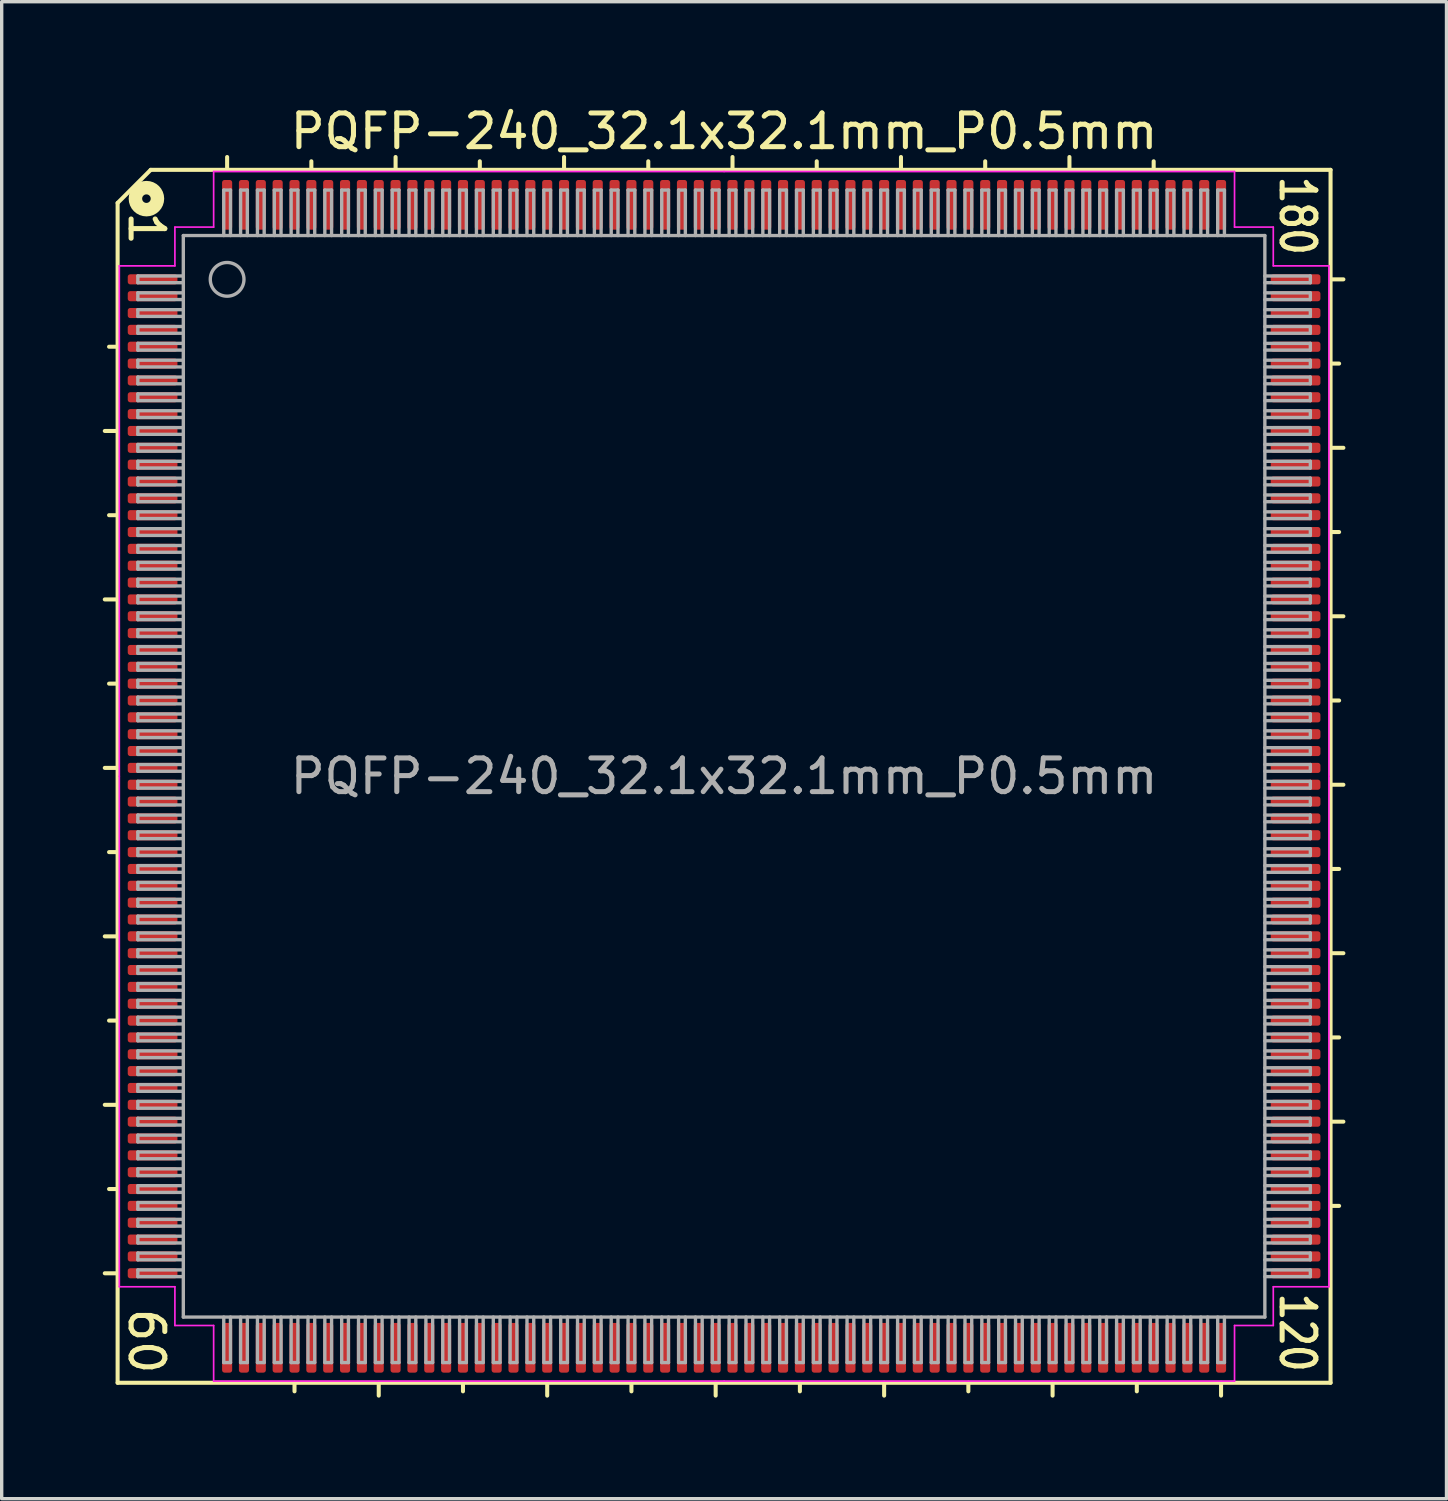
<source format=kicad_pcb>
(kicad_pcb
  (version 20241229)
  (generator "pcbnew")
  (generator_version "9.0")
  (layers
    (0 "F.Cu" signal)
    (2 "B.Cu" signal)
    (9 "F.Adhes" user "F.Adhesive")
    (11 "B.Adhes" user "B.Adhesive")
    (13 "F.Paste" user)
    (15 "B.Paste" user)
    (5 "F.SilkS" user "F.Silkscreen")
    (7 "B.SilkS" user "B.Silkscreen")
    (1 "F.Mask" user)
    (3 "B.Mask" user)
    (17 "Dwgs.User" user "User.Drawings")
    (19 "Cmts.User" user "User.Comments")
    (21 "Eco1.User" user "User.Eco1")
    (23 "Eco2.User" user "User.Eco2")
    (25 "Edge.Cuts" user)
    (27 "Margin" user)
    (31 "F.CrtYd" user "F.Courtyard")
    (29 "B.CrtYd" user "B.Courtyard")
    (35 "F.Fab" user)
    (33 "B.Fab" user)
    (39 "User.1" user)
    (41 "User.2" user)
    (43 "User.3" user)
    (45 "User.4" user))
  (footprint "PQFP-240_32.1x32.1mm_P0.5mm"
    (layer "F.Cu")
    (at 18.441 19.991)
    (property "Reference" "PQFP-240_32.1x32.1mm_P0.5mm" (at 0 -19.143 0) (layer "F.SilkS") (effects (font (size 1 1) (thickness 0.15))))
    (attr smd)
    (fp_line (start -18 -17.018) (end -18 18) (stroke (width 0.12) (type solid)) (layer "F.SilkS"))
    (fp_line (start -18 -12.75) (end -18.254 -12.75) (stroke (width 0.12) (type solid)) (layer "F.SilkS"))
    (fp_line (start -18 -10.25) (end -18.381 -10.25) (stroke (width 0.12) (type solid)) (layer "F.SilkS"))
    (fp_line (start -18 -7.75) (end -18.254 -7.75) (stroke (width 0.12) (type solid)) (layer "F.SilkS"))
    (fp_line (start -18 -5.25) (end -18.381 -5.25) (stroke (width 0.12) (type solid)) (layer "F.SilkS"))
    (fp_line (start -18 -2.75) (end -18.254 -2.75) (stroke (width 0.12) (type solid)) (layer "F.SilkS"))
    (fp_line (start -18 -0.25) (end -18.381 -0.25) (stroke (width 0.12) (type solid)) (layer "F.SilkS"))
    (fp_line (start -18 2.25) (end -18.254 2.25) (stroke (width 0.12) (type solid)) (layer "F.SilkS"))
    (fp_line (start -18 4.75) (end -18.381 4.75) (stroke (width 0.12) (type solid)) (layer "F.SilkS"))
    (fp_line (start -18 7.25) (end -18.254 7.25) (stroke (width 0.12) (type solid)) (layer "F.SilkS"))
    (fp_line (start -18 9.75) (end -18.381 9.75) (stroke (width 0.12) (type solid)) (layer "F.SilkS"))
    (fp_line (start -18 12.25) (end -18.254 12.25) (stroke (width 0.12) (type solid)) (layer "F.SilkS"))
    (fp_line (start -18 14.75) (end -18.381 14.75) (stroke (width 0.12) (type solid)) (layer "F.SilkS"))
    (fp_line (start -18 18) (end 18 18) (stroke (width 0.12) (type solid)) (layer "F.SilkS"))
    (fp_line (start -17.018 -18) (end -18 -17.018) (stroke (width 0.12) (type solid)) (layer "F.SilkS"))
    (fp_line (start -14.75 -18) (end -14.75 -18.381) (stroke (width 0.12) (type solid)) (layer "F.SilkS"))
    (fp_line (start -12.75 18) (end -12.75 18.254) (stroke (width 0.12) (type solid)) (layer "F.SilkS"))
    (fp_line (start -12.25 -18) (end -12.25 -18.254) (stroke (width 0.12) (type solid)) (layer "F.SilkS"))
    (fp_line (start -10.25 18) (end -10.25 18.381) (stroke (width 0.12) (type solid)) (layer "F.SilkS"))
    (fp_line (start -9.75 -18) (end -9.75 -18.381) (stroke (width 0.12) (type solid)) (layer "F.SilkS"))
    (fp_line (start -7.75 18) (end -7.75 18.254) (stroke (width 0.12) (type solid)) (layer "F.SilkS"))
    (fp_line (start -7.25 -18.254) (end -7.25 -18) (stroke (width 0.12) (type solid)) (layer "F.SilkS"))
    (fp_line (start -5.25 18) (end -5.25 18.381) (stroke (width 0.12) (type solid)) (layer "F.SilkS"))
    (fp_line (start -4.75 -18.381) (end -4.75 -18) (stroke (width 0.12) (type solid)) (layer "F.SilkS"))
    (fp_line (start -2.75 18) (end -2.75 18.254) (stroke (width 0.12) (type solid)) (layer "F.SilkS"))
    (fp_line (start -2.25 -18.254) (end -2.25 -18) (stroke (width 0.12) (type solid)) (layer "F.SilkS"))
    (fp_line (start -0.25 18) (end -0.25 18.381) (stroke (width 0.12) (type solid)) (layer "F.SilkS"))
    (fp_line (start 0.25 -18) (end 0.25 -18.381) (stroke (width 0.12) (type solid)) (layer "F.SilkS"))
    (fp_line (start 2.25 18) (end 2.25 18.254) (stroke (width 0.12) (type solid)) (layer "F.SilkS"))
    (fp_line (start 2.75 -18) (end 2.75 -18.254) (stroke (width 0.12) (type solid)) (layer "F.SilkS"))
    (fp_line (start 4.75 18) (end 4.75 18.381) (stroke (width 0.12) (type solid)) (layer "F.SilkS"))
    (fp_line (start 5.25 -18) (end 5.25 -18.381) (stroke (width 0.12) (type solid)) (layer "F.SilkS"))
    (fp_line (start 7.25 18) (end 7.25 18.254) (stroke (width 0.12) (type solid)) (layer "F.SilkS"))
    (fp_line (start 7.75 -18) (end 7.75 -18.254) (stroke (width 0.12) (type solid)) (layer "F.SilkS"))
    (fp_line (start 9.75 18) (end 9.75 18.381) (stroke (width 0.12) (type solid)) (layer "F.SilkS"))
    (fp_line (start 10.25 -18) (end 10.25 -18.381) (stroke (width 0.12) (type solid)) (layer "F.SilkS"))
    (fp_line (start 12.25 18) (end 12.25 18.254) (stroke (width 0.12) (type solid)) (layer "F.SilkS"))
    (fp_line (start 12.75 -18) (end 12.75 -18.254) (stroke (width 0.12) (type solid)) (layer "F.SilkS"))
    (fp_line (start 14.75 18) (end 14.75 18.381) (stroke (width 0.12) (type solid)) (layer "F.SilkS"))
    (fp_line (start 18 -18) (end -17.018 -18) (stroke (width 0.12) (type solid)) (layer "F.SilkS"))
    (fp_line (start 18 -14.75) (end 18.381 -14.75) (stroke (width 0.12) (type solid)) (layer "F.SilkS"))
    (fp_line (start 18 -12.25) (end 18.254 -12.25) (stroke (width 0.12) (type solid)) (layer "F.SilkS"))
    (fp_line (start 18 -9.75) (end 18.381 -9.75) (stroke (width 0.12) (type solid)) (layer "F.SilkS"))
    (fp_line (start 18 -7.25) (end 18.254 -7.25) (stroke (width 0.12) (type solid)) (layer "F.SilkS"))
    (fp_line (start 18 -4.75) (end 18.381 -4.75) (stroke (width 0.12) (type solid)) (layer "F.SilkS"))
    (fp_line (start 18 -2.25) (end 18.254 -2.25) (stroke (width 0.12) (type solid)) (layer "F.SilkS"))
    (fp_line (start 18 0.25) (end 18.381 0.25) (stroke (width 0.12) (type solid)) (layer "F.SilkS"))
    (fp_line (start 18 2.75) (end 18.254 2.75) (stroke (width 0.12) (type solid)) (layer "F.SilkS"))
    (fp_line (start 18 5.25) (end 18.381 5.25) (stroke (width 0.12) (type solid)) (layer "F.SilkS"))
    (fp_line (start 18 7.75) (end 18.254 7.75) (stroke (width 0.12) (type solid)) (layer "F.SilkS"))
    (fp_line (start 18 10.25) (end 18.381 10.25) (stroke (width 0.12) (type solid)) (layer "F.SilkS"))
    (fp_line (start 18 12.75) (end 18.254 12.75) (stroke (width 0.12) (type solid)) (layer "F.SilkS"))
    (fp_line (start 18 18) (end 18 -18) (stroke (width 0.12) (type solid)) (layer "F.SilkS"))
    (fp_circle (center -17.145 -17.145) (end -17.018 -17.145) (stroke (width 0.4) (type solid)) (fill no) (layer "F.SilkS"))
    (fp_line (start -17.95 -15.15) (end -17.95 0) (stroke (width 0.05) (type solid)) (layer "F.CrtYd"))
    (fp_line (start -17.95 15.15) (end -17.95 0) (stroke (width 0.05) (type solid)) (layer "F.CrtYd"))
    (fp_line (start -16.3 -16.3) (end -16.3 -15.15) (stroke (width 0.05) (type solid)) (layer "F.CrtYd"))
    (fp_line (start -16.3 -15.15) (end -17.95 -15.15) (stroke (width 0.05) (type solid)) (layer "F.CrtYd"))
    (fp_line (start -16.3 15.15) (end -17.95 15.15) (stroke (width 0.05) (type solid)) (layer "F.CrtYd"))
    (fp_line (start -16.3 16.3) (end -16.3 15.15) (stroke (width 0.05) (type solid)) (layer "F.CrtYd"))
    (fp_line (start -15.15 -17.95) (end -15.15 -16.3) (stroke (width 0.05) (type solid)) (layer "F.CrtYd"))
    (fp_line (start -15.15 -16.3) (end -16.3 -16.3) (stroke (width 0.05) (type solid)) (layer "F.CrtYd"))
    (fp_line (start -15.15 16.3) (end -16.3 16.3) (stroke (width 0.05) (type solid)) (layer "F.CrtYd"))
    (fp_line (start -15.15 17.95) (end -15.15 16.3) (stroke (width 0.05) (type solid)) (layer "F.CrtYd"))
    (fp_line (start 0 -17.95) (end -15.15 -17.95) (stroke (width 0.05) (type solid)) (layer "F.CrtYd"))
    (fp_line (start 0 -17.95) (end 15.15 -17.95) (stroke (width 0.05) (type solid)) (layer "F.CrtYd"))
    (fp_line (start 0 17.95) (end -15.15 17.95) (stroke (width 0.05) (type solid)) (layer "F.CrtYd"))
    (fp_line (start 0 17.95) (end 15.15 17.95) (stroke (width 0.05) (type solid)) (layer "F.CrtYd"))
    (fp_line (start 15.15 -17.95) (end 15.15 -16.3) (stroke (width 0.05) (type solid)) (layer "F.CrtYd"))
    (fp_line (start 15.15 -16.3) (end 16.3 -16.3) (stroke (width 0.05) (type solid)) (layer "F.CrtYd"))
    (fp_line (start 15.15 16.3) (end 16.3 16.3) (stroke (width 0.05) (type solid)) (layer "F.CrtYd"))
    (fp_line (start 15.15 17.95) (end 15.15 16.3) (stroke (width 0.05) (type solid)) (layer "F.CrtYd"))
    (fp_line (start 16.3 -16.3) (end 16.3 -15.15) (stroke (width 0.05) (type solid)) (layer "F.CrtYd"))
    (fp_line (start 16.3 -15.15) (end 17.95 -15.15) (stroke (width 0.05) (type solid)) (layer "F.CrtYd"))
    (fp_line (start 16.3 15.15) (end 17.95 15.15) (stroke (width 0.05) (type solid)) (layer "F.CrtYd"))
    (fp_line (start 16.3 16.3) (end 16.3 15.15) (stroke (width 0.05) (type solid)) (layer "F.CrtYd"))
    (fp_line (start 17.95 -15.15) (end 17.95 0) (stroke (width 0.05) (type solid)) (layer "F.CrtYd"))
    (fp_line (start 17.95 15.15) (end 17.95 0) (stroke (width 0.05) (type solid)) (layer "F.CrtYd"))
    (fp_line (start -17.4 -14.85) (end -17.4 -14.65) (stroke (width 0.1) (type solid)) (layer "F.Fab"))
    (fp_line (start -17.4 -14.85) (end -16.05 -14.85) (stroke (width 0.1) (type solid)) (layer "F.Fab"))
    (fp_line (start -17.4 -14.65) (end -16.05 -14.65) (stroke (width 0.1) (type solid)) (layer "F.Fab"))
    (fp_line (start -17.4 -14.35) (end -17.4 -14.15) (stroke (width 0.1) (type solid)) (layer "F.Fab"))
    (fp_line (start -17.4 -14.35) (end -16.05 -14.35) (stroke (width 0.1) (type solid)) (layer "F.Fab"))
    (fp_line (start -17.4 -14.15) (end -16.05 -14.15) (stroke (width 0.1) (type solid)) (layer "F.Fab"))
    (fp_line (start -17.4 -13.85) (end -17.4 -13.65) (stroke (width 0.1) (type solid)) (layer "F.Fab"))
    (fp_line (start -17.4 -13.85) (end -16.05 -13.85) (stroke (width 0.1) (type solid)) (layer "F.Fab"))
    (fp_line (start -17.4 -13.65) (end -16.05 -13.65) (stroke (width 0.1) (type solid)) (layer "F.Fab"))
    (fp_line (start -17.4 -13.35) (end -17.4 -13.15) (stroke (width 0.1) (type solid)) (layer "F.Fab"))
    (fp_line (start -17.4 -13.35) (end -16.05 -13.35) (stroke (width 0.1) (type solid)) (layer "F.Fab"))
    (fp_line (start -17.4 -13.15) (end -16.05 -13.15) (stroke (width 0.1) (type solid)) (layer "F.Fab"))
    (fp_line (start -17.4 -12.85) (end -17.4 -12.65) (stroke (width 0.1) (type solid)) (layer "F.Fab"))
    (fp_line (start -17.4 -12.85) (end -16.05 -12.85) (stroke (width 0.1) (type solid)) (layer "F.Fab"))
    (fp_line (start -17.4 -12.65) (end -16.05 -12.65) (stroke (width 0.1) (type solid)) (layer "F.Fab"))
    (fp_line (start -17.4 -12.35) (end -17.4 -12.15) (stroke (width 0.1) (type solid)) (layer "F.Fab"))
    (fp_line (start -17.4 -12.35) (end -16.05 -12.35) (stroke (width 0.1) (type solid)) (layer "F.Fab"))
    (fp_line (start -17.4 -12.15) (end -16.05 -12.15) (stroke (width 0.1) (type solid)) (layer "F.Fab"))
    (fp_line (start -17.4 -11.85) (end -17.4 -11.65) (stroke (width 0.1) (type solid)) (layer "F.Fab"))
    (fp_line (start -17.4 -11.85) (end -16.05 -11.85) (stroke (width 0.1) (type solid)) (layer "F.Fab"))
    (fp_line (start -17.4 -11.65) (end -16.05 -11.65) (stroke (width 0.1) (type solid)) (layer "F.Fab"))
    (fp_line (start -17.4 -11.35) (end -17.4 -11.15) (stroke (width 0.1) (type solid)) (layer "F.Fab"))
    (fp_line (start -17.4 -11.35) (end -16.05 -11.35) (stroke (width 0.1) (type solid)) (layer "F.Fab"))
    (fp_line (start -17.4 -11.15) (end -16.05 -11.15) (stroke (width 0.1) (type solid)) (layer "F.Fab"))
    (fp_line (start -17.4 -10.85) (end -17.4 -10.65) (stroke (width 0.1) (type solid)) (layer "F.Fab"))
    (fp_line (start -17.4 -10.85) (end -16.05 -10.85) (stroke (width 0.1) (type solid)) (layer "F.Fab"))
    (fp_line (start -17.4 -10.65) (end -16.05 -10.65) (stroke (width 0.1) (type solid)) (layer "F.Fab"))
    (fp_line (start -17.4 -10.35) (end -17.4 -10.15) (stroke (width 0.1) (type solid)) (layer "F.Fab"))
    (fp_line (start -17.4 -10.35) (end -16.05 -10.35) (stroke (width 0.1) (type solid)) (layer "F.Fab"))
    (fp_line (start -17.4 -10.15) (end -16.05 -10.15) (stroke (width 0.1) (type solid)) (layer "F.Fab"))
    (fp_line (start -17.4 -9.85) (end -17.4 -9.65) (stroke (width 0.1) (type solid)) (layer "F.Fab"))
    (fp_line (start -17.4 -9.85) (end -16.05 -9.85) (stroke (width 0.1) (type solid)) (layer "F.Fab"))
    (fp_line (start -17.4 -9.65) (end -16.05 -9.65) (stroke (width 0.1) (type solid)) (layer "F.Fab"))
    (fp_line (start -17.4 -9.35) (end -17.4 -9.15) (stroke (width 0.1) (type solid)) (layer "F.Fab"))
    (fp_line (start -17.4 -9.35) (end -16.05 -9.35) (stroke (width 0.1) (type solid)) (layer "F.Fab"))
    (fp_line (start -17.4 -9.15) (end -16.05 -9.15) (stroke (width 0.1) (type solid)) (layer "F.Fab"))
    (fp_line (start -17.4 -8.85) (end -17.4 -8.65) (stroke (width 0.1) (type solid)) (layer "F.Fab"))
    (fp_line (start -17.4 -8.85) (end -16.05 -8.85) (stroke (width 0.1) (type solid)) (layer "F.Fab"))
    (fp_line (start -17.4 -8.65) (end -16.05 -8.65) (stroke (width 0.1) (type solid)) (layer "F.Fab"))
    (fp_line (start -17.4 -8.35) (end -17.4 -8.15) (stroke (width 0.1) (type solid)) (layer "F.Fab"))
    (fp_line (start -17.4 -8.35) (end -16.05 -8.35) (stroke (width 0.1) (type solid)) (layer "F.Fab"))
    (fp_line (start -17.4 -8.15) (end -16.05 -8.15) (stroke (width 0.1) (type solid)) (layer "F.Fab"))
    (fp_line (start -17.4 -7.85) (end -17.4 -7.65) (stroke (width 0.1) (type solid)) (layer "F.Fab"))
    (fp_line (start -17.4 -7.85) (end -16.05 -7.85) (stroke (width 0.1) (type solid)) (layer "F.Fab"))
    (fp_line (start -17.4 -7.65) (end -16.05 -7.65) (stroke (width 0.1) (type solid)) (layer "F.Fab"))
    (fp_line (start -17.4 -7.35) (end -17.4 -7.15) (stroke (width 0.1) (type solid)) (layer "F.Fab"))
    (fp_line (start -17.4 -7.35) (end -16.05 -7.35) (stroke (width 0.1) (type solid)) (layer "F.Fab"))
    (fp_line (start -17.4 -7.15) (end -16.05 -7.15) (stroke (width 0.1) (type solid)) (layer "F.Fab"))
    (fp_line (start -17.4 -6.85) (end -17.4 -6.65) (stroke (width 0.1) (type solid)) (layer "F.Fab"))
    (fp_line (start -17.4 -6.85) (end -16.05 -6.85) (stroke (width 0.1) (type solid)) (layer "F.Fab"))
    (fp_line (start -17.4 -6.65) (end -16.05 -6.65) (stroke (width 0.1) (type solid)) (layer "F.Fab"))
    (fp_line (start -17.4 -6.35) (end -17.4 -6.15) (stroke (width 0.1) (type solid)) (layer "F.Fab"))
    (fp_line (start -17.4 -6.35) (end -16.05 -6.35) (stroke (width 0.1) (type solid)) (layer "F.Fab"))
    (fp_line (start -17.4 -6.15) (end -16.05 -6.15) (stroke (width 0.1) (type solid)) (layer "F.Fab"))
    (fp_line (start -17.4 -5.85) (end -17.4 -5.65) (stroke (width 0.1) (type solid)) (layer "F.Fab"))
    (fp_line (start -17.4 -5.85) (end -16.05 -5.85) (stroke (width 0.1) (type solid)) (layer "F.Fab"))
    (fp_line (start -17.4 -5.65) (end -16.05 -5.65) (stroke (width 0.1) (type solid)) (layer "F.Fab"))
    (fp_line (start -17.4 -5.35) (end -17.4 -5.15) (stroke (width 0.1) (type solid)) (layer "F.Fab"))
    (fp_line (start -17.4 -5.35) (end -16.05 -5.35) (stroke (width 0.1) (type solid)) (layer "F.Fab"))
    (fp_line (start -17.4 -5.15) (end -16.05 -5.15) (stroke (width 0.1) (type solid)) (layer "F.Fab"))
    (fp_line (start -17.4 -4.85) (end -17.4 -4.65) (stroke (width 0.1) (type solid)) (layer "F.Fab"))
    (fp_line (start -17.4 -4.85) (end -16.05 -4.85) (stroke (width 0.1) (type solid)) (layer "F.Fab"))
    (fp_line (start -17.4 -4.65) (end -16.05 -4.65) (stroke (width 0.1) (type solid)) (layer "F.Fab"))
    (fp_line (start -17.4 -4.35) (end -17.4 -4.15) (stroke (width 0.1) (type solid)) (layer "F.Fab"))
    (fp_line (start -17.4 -4.35) (end -16.05 -4.35) (stroke (width 0.1) (type solid)) (layer "F.Fab"))
    (fp_line (start -17.4 -4.15) (end -16.05 -4.15) (stroke (width 0.1) (type solid)) (layer "F.Fab"))
    (fp_line (start -17.4 -3.85) (end -17.4 -3.65) (stroke (width 0.1) (type solid)) (layer "F.Fab"))
    (fp_line (start -17.4 -3.85) (end -16.05 -3.85) (stroke (width 0.1) (type solid)) (layer "F.Fab"))
    (fp_line (start -17.4 -3.65) (end -16.05 -3.65) (stroke (width 0.1) (type solid)) (layer "F.Fab"))
    (fp_line (start -17.4 -3.35) (end -17.4 -3.15) (stroke (width 0.1) (type solid)) (layer "F.Fab"))
    (fp_line (start -17.4 -3.35) (end -16.05 -3.35) (stroke (width 0.1) (type solid)) (layer "F.Fab"))
    (fp_line (start -17.4 -3.15) (end -16.05 -3.15) (stroke (width 0.1) (type solid)) (layer "F.Fab"))
    (fp_line (start -17.4 -2.85) (end -17.4 -2.65) (stroke (width 0.1) (type solid)) (layer "F.Fab"))
    (fp_line (start -17.4 -2.85) (end -16.05 -2.85) (stroke (width 0.1) (type solid)) (layer "F.Fab"))
    (fp_line (start -17.4 -2.65) (end -16.05 -2.65) (stroke (width 0.1) (type solid)) (layer "F.Fab"))
    (fp_line (start -17.4 -2.35) (end -17.4 -2.15) (stroke (width 0.1) (type solid)) (layer "F.Fab"))
    (fp_line (start -17.4 -2.35) (end -16.05 -2.35) (stroke (width 0.1) (type solid)) (layer "F.Fab"))
    (fp_line (start -17.4 -2.15) (end -16.05 -2.15) (stroke (width 0.1) (type solid)) (layer "F.Fab"))
    (fp_line (start -17.4 -1.85) (end -17.4 -1.65) (stroke (width 0.1) (type solid)) (layer "F.Fab"))
    (fp_line (start -17.4 -1.85) (end -16.05 -1.85) (stroke (width 0.1) (type solid)) (layer "F.Fab"))
    (fp_line (start -17.4 -1.65) (end -16.05 -1.65) (stroke (width 0.1) (type solid)) (layer "F.Fab"))
    (fp_line (start -17.4 -1.35) (end -17.4 -1.15) (stroke (width 0.1) (type solid)) (layer "F.Fab"))
    (fp_line (start -17.4 -1.35) (end -16.05 -1.35) (stroke (width 0.1) (type solid)) (layer "F.Fab"))
    (fp_line (start -17.4 -1.15) (end -16.05 -1.15) (stroke (width 0.1) (type solid)) (layer "F.Fab"))
    (fp_line (start -17.4 -0.85) (end -17.4 -0.65) (stroke (width 0.1) (type solid)) (layer "F.Fab"))
    (fp_line (start -17.4 -0.85) (end -16.05 -0.85) (stroke (width 0.1) (type solid)) (layer "F.Fab"))
    (fp_line (start -17.4 -0.65) (end -16.05 -0.65) (stroke (width 0.1) (type solid)) (layer "F.Fab"))
    (fp_line (start -17.4 -0.35) (end -17.4 -0.15) (stroke (width 0.1) (type solid)) (layer "F.Fab"))
    (fp_line (start -17.4 -0.35) (end -16.05 -0.35) (stroke (width 0.1) (type solid)) (layer "F.Fab"))
    (fp_line (start -17.4 -0.15) (end -16.05 -0.15) (stroke (width 0.1) (type solid)) (layer "F.Fab"))
    (fp_line (start -17.4 0.15) (end -17.4 0.35) (stroke (width 0.1) (type solid)) (layer "F.Fab"))
    (fp_line (start -17.4 0.15) (end -16.05 0.15) (stroke (width 0.1) (type solid)) (layer "F.Fab"))
    (fp_line (start -17.4 0.35) (end -16.05 0.35) (stroke (width 0.1) (type solid)) (layer "F.Fab"))
    (fp_line (start -17.4 0.65) (end -17.4 0.85) (stroke (width 0.1) (type solid)) (layer "F.Fab"))
    (fp_line (start -17.4 0.65) (end -16.05 0.65) (stroke (width 0.1) (type solid)) (layer "F.Fab"))
    (fp_line (start -17.4 0.85) (end -16.05 0.85) (stroke (width 0.1) (type solid)) (layer "F.Fab"))
    (fp_line (start -17.4 1.15) (end -17.4 1.35) (stroke (width 0.1) (type solid)) (layer "F.Fab"))
    (fp_line (start -17.4 1.15) (end -16.05 1.15) (stroke (width 0.1) (type solid)) (layer "F.Fab"))
    (fp_line (start -17.4 1.35) (end -16.05 1.35) (stroke (width 0.1) (type solid)) (layer "F.Fab"))
    (fp_line (start -17.4 1.65) (end -17.4 1.85) (stroke (width 0.1) (type solid)) (layer "F.Fab"))
    (fp_line (start -17.4 1.65) (end -16.05 1.65) (stroke (width 0.1) (type solid)) (layer "F.Fab"))
    (fp_line (start -17.4 1.85) (end -16.05 1.85) (stroke (width 0.1) (type solid)) (layer "F.Fab"))
    (fp_line (start -17.4 2.15) (end -17.4 2.35) (stroke (width 0.1) (type solid)) (layer "F.Fab"))
    (fp_line (start -17.4 2.15) (end -16.05 2.15) (stroke (width 0.1) (type solid)) (layer "F.Fab"))
    (fp_line (start -17.4 2.35) (end -16.05 2.35) (stroke (width 0.1) (type solid)) (layer "F.Fab"))
    (fp_line (start -17.4 2.65) (end -17.4 2.85) (stroke (width 0.1) (type solid)) (layer "F.Fab"))
    (fp_line (start -17.4 2.65) (end -16.05 2.65) (stroke (width 0.1) (type solid)) (layer "F.Fab"))
    (fp_line (start -17.4 2.85) (end -16.05 2.85) (stroke (width 0.1) (type solid)) (layer "F.Fab"))
    (fp_line (start -17.4 3.15) (end -17.4 3.35) (stroke (width 0.1) (type solid)) (layer "F.Fab"))
    (fp_line (start -17.4 3.15) (end -16.05 3.15) (stroke (width 0.1) (type solid)) (layer "F.Fab"))
    (fp_line (start -17.4 3.35) (end -16.05 3.35) (stroke (width 0.1) (type solid)) (layer "F.Fab"))
    (fp_line (start -17.4 3.65) (end -17.4 3.85) (stroke (width 0.1) (type solid)) (layer "F.Fab"))
    (fp_line (start -17.4 3.65) (end -16.05 3.65) (stroke (width 0.1) (type solid)) (layer "F.Fab"))
    (fp_line (start -17.4 3.85) (end -16.05 3.85) (stroke (width 0.1) (type solid)) (layer "F.Fab"))
    (fp_line (start -17.4 4.15) (end -17.4 4.35) (stroke (width 0.1) (type solid)) (layer "F.Fab"))
    (fp_line (start -17.4 4.15) (end -16.05 4.15) (stroke (width 0.1) (type solid)) (layer "F.Fab"))
    (fp_line (start -17.4 4.35) (end -16.05 4.35) (stroke (width 0.1) (type solid)) (layer "F.Fab"))
    (fp_line (start -17.4 4.65) (end -17.4 4.85) (stroke (width 0.1) (type solid)) (layer "F.Fab"))
    (fp_line (start -17.4 4.65) (end -16.05 4.65) (stroke (width 0.1) (type solid)) (layer "F.Fab"))
    (fp_line (start -17.4 4.85) (end -16.05 4.85) (stroke (width 0.1) (type solid)) (layer "F.Fab"))
    (fp_line (start -17.4 5.15) (end -17.4 5.35) (stroke (width 0.1) (type solid)) (layer "F.Fab"))
    (fp_line (start -17.4 5.15) (end -16.05 5.15) (stroke (width 0.1) (type solid)) (layer "F.Fab"))
    (fp_line (start -17.4 5.35) (end -16.05 5.35) (stroke (width 0.1) (type solid)) (layer "F.Fab"))
    (fp_line (start -17.4 5.65) (end -17.4 5.85) (stroke (width 0.1) (type solid)) (layer "F.Fab"))
    (fp_line (start -17.4 5.65) (end -16.05 5.65) (stroke (width 0.1) (type solid)) (layer "F.Fab"))
    (fp_line (start -17.4 5.85) (end -16.05 5.85) (stroke (width 0.1) (type solid)) (layer "F.Fab"))
    (fp_line (start -17.4 6.15) (end -17.4 6.35) (stroke (width 0.1) (type solid)) (layer "F.Fab"))
    (fp_line (start -17.4 6.15) (end -16.05 6.15) (stroke (width 0.1) (type solid)) (layer "F.Fab"))
    (fp_line (start -17.4 6.35) (end -16.05 6.35) (stroke (width 0.1) (type solid)) (layer "F.Fab"))
    (fp_line (start -17.4 6.65) (end -17.4 6.85) (stroke (width 0.1) (type solid)) (layer "F.Fab"))
    (fp_line (start -17.4 6.65) (end -16.05 6.65) (stroke (width 0.1) (type solid)) (layer "F.Fab"))
    (fp_line (start -17.4 6.85) (end -16.05 6.85) (stroke (width 0.1) (type solid)) (layer "F.Fab"))
    (fp_line (start -17.4 7.15) (end -17.4 7.35) (stroke (width 0.1) (type solid)) (layer "F.Fab"))
    (fp_line (start -17.4 7.15) (end -16.05 7.15) (stroke (width 0.1) (type solid)) (layer "F.Fab"))
    (fp_line (start -17.4 7.35) (end -16.05 7.35) (stroke (width 0.1) (type solid)) (layer "F.Fab"))
    (fp_line (start -17.4 7.65) (end -17.4 7.85) (stroke (width 0.1) (type solid)) (layer "F.Fab"))
    (fp_line (start -17.4 7.65) (end -16.05 7.65) (stroke (width 0.1) (type solid)) (layer "F.Fab"))
    (fp_line (start -17.4 7.85) (end -16.05 7.85) (stroke (width 0.1) (type solid)) (layer "F.Fab"))
    (fp_line (start -17.4 8.15) (end -17.4 8.35) (stroke (width 0.1) (type solid)) (layer "F.Fab"))
    (fp_line (start -17.4 8.15) (end -16.05 8.15) (stroke (width 0.1) (type solid)) (layer "F.Fab"))
    (fp_line (start -17.4 8.35) (end -16.05 8.35) (stroke (width 0.1) (type solid)) (layer "F.Fab"))
    (fp_line (start -17.4 8.65) (end -17.4 8.85) (stroke (width 0.1) (type solid)) (layer "F.Fab"))
    (fp_line (start -17.4 8.65) (end -16.05 8.65) (stroke (width 0.1) (type solid)) (layer "F.Fab"))
    (fp_line (start -17.4 8.85) (end -16.05 8.85) (stroke (width 0.1) (type solid)) (layer "F.Fab"))
    (fp_line (start -17.4 9.15) (end -17.4 9.35) (stroke (width 0.1) (type solid)) (layer "F.Fab"))
    (fp_line (start -17.4 9.15) (end -16.05 9.15) (stroke (width 0.1) (type solid)) (layer "F.Fab"))
    (fp_line (start -17.4 9.35) (end -16.05 9.35) (stroke (width 0.1) (type solid)) (layer "F.Fab"))
    (fp_line (start -17.4 9.65) (end -17.4 9.85) (stroke (width 0.1) (type solid)) (layer "F.Fab"))
    (fp_line (start -17.4 9.65) (end -16.05 9.65) (stroke (width 0.1) (type solid)) (layer "F.Fab"))
    (fp_line (start -17.4 9.85) (end -16.05 9.85) (stroke (width 0.1) (type solid)) (layer "F.Fab"))
    (fp_line (start -17.4 10.15) (end -17.4 10.35) (stroke (width 0.1) (type solid)) (layer "F.Fab"))
    (fp_line (start -17.4 10.15) (end -16.05 10.15) (stroke (width 0.1) (type solid)) (layer "F.Fab"))
    (fp_line (start -17.4 10.35) (end -16.05 10.35) (stroke (width 0.1) (type solid)) (layer "F.Fab"))
    (fp_line (start -17.4 10.65) (end -17.4 10.85) (stroke (width 0.1) (type solid)) (layer "F.Fab"))
    (fp_line (start -17.4 10.65) (end -16.05 10.65) (stroke (width 0.1) (type solid)) (layer "F.Fab"))
    (fp_line (start -17.4 10.85) (end -16.05 10.85) (stroke (width 0.1) (type solid)) (layer "F.Fab"))
    (fp_line (start -17.4 11.15) (end -17.4 11.35) (stroke (width 0.1) (type solid)) (layer "F.Fab"))
    (fp_line (start -17.4 11.15) (end -16.05 11.15) (stroke (width 0.1) (type solid)) (layer "F.Fab"))
    (fp_line (start -17.4 11.35) (end -16.05 11.35) (stroke (width 0.1) (type solid)) (layer "F.Fab"))
    (fp_line (start -17.4 11.65) (end -17.4 11.85) (stroke (width 0.1) (type solid)) (layer "F.Fab"))
    (fp_line (start -17.4 11.65) (end -16.05 11.65) (stroke (width 0.1) (type solid)) (layer "F.Fab"))
    (fp_line (start -17.4 11.85) (end -16.05 11.85) (stroke (width 0.1) (type solid)) (layer "F.Fab"))
    (fp_line (start -17.4 12.15) (end -17.4 12.35) (stroke (width 0.1) (type solid)) (layer "F.Fab"))
    (fp_line (start -17.4 12.15) (end -16.05 12.15) (stroke (width 0.1) (type solid)) (layer "F.Fab"))
    (fp_line (start -17.4 12.35) (end -16.05 12.35) (stroke (width 0.1) (type solid)) (layer "F.Fab"))
    (fp_line (start -17.4 12.65) (end -17.4 12.85) (stroke (width 0.1) (type solid)) (layer "F.Fab"))
    (fp_line (start -17.4 12.65) (end -16.05 12.65) (stroke (width 0.1) (type solid)) (layer "F.Fab"))
    (fp_line (start -17.4 12.85) (end -16.05 12.85) (stroke (width 0.1) (type solid)) (layer "F.Fab"))
    (fp_line (start -17.4 13.15) (end -17.4 13.35) (stroke (width 0.1) (type solid)) (layer "F.Fab"))
    (fp_line (start -17.4 13.15) (end -16.05 13.15) (stroke (width 0.1) (type solid)) (layer "F.Fab"))
    (fp_line (start -17.4 13.35) (end -16.05 13.35) (stroke (width 0.1) (type solid)) (layer "F.Fab"))
    (fp_line (start -17.4 13.65) (end -17.4 13.85) (stroke (width 0.1) (type solid)) (layer "F.Fab"))
    (fp_line (start -17.4 13.65) (end -16.05 13.65) (stroke (width 0.1) (type solid)) (layer "F.Fab"))
    (fp_line (start -17.4 13.85) (end -16.05 13.85) (stroke (width 0.1) (type solid)) (layer "F.Fab"))
    (fp_line (start -17.4 14.15) (end -17.4 14.35) (stroke (width 0.1) (type solid)) (layer "F.Fab"))
    (fp_line (start -17.4 14.15) (end -16.05 14.15) (stroke (width 0.1) (type solid)) (layer "F.Fab"))
    (fp_line (start -17.4 14.35) (end -16.05 14.35) (stroke (width 0.1) (type solid)) (layer "F.Fab"))
    (fp_line (start -17.4 14.65) (end -17.4 14.85) (stroke (width 0.1) (type solid)) (layer "F.Fab"))
    (fp_line (start -17.4 14.65) (end -16.05 14.65) (stroke (width 0.1) (type solid)) (layer "F.Fab"))
    (fp_line (start -17.4 14.85) (end -16.05 14.85) (stroke (width 0.1) (type solid)) (layer "F.Fab"))
    (fp_line (start -16.05 -16.05) (end 16.05 -16.05) (stroke (width 0.1) (type solid)) (layer "F.Fab"))
    (fp_line (start -16.05 16.05) (end -16.05 -16.05) (stroke (width 0.1) (type solid)) (layer "F.Fab"))
    (fp_line (start -14.85 -17.4) (end -14.85 -16.05) (stroke (width 0.1) (type solid)) (layer "F.Fab"))
    (fp_line (start -14.85 17.4) (end -14.85 16.05) (stroke (width 0.1) (type solid)) (layer "F.Fab"))
    (fp_line (start -14.85 17.4) (end -14.65 17.4) (stroke (width 0.1) (type solid)) (layer "F.Fab"))
    (fp_line (start -14.65 -17.4) (end -14.85 -17.4) (stroke (width 0.1) (type solid)) (layer "F.Fab"))
    (fp_line (start -14.65 -17.4) (end -14.65 -16.05) (stroke (width 0.1) (type solid)) (layer "F.Fab"))
    (fp_line (start -14.65 17.4) (end -14.65 16.05) (stroke (width 0.1) (type solid)) (layer "F.Fab"))
    (fp_line (start -14.35 -17.4) (end -14.35 -16.05) (stroke (width 0.1) (type solid)) (layer "F.Fab"))
    (fp_line (start -14.35 17.4) (end -14.35 16.05) (stroke (width 0.1) (type solid)) (layer "F.Fab"))
    (fp_line (start -14.35 17.4) (end -14.15 17.4) (stroke (width 0.1) (type solid)) (layer "F.Fab"))
    (fp_line (start -14.15 -17.4) (end -14.35 -17.4) (stroke (width 0.1) (type solid)) (layer "F.Fab"))
    (fp_line (start -14.15 -17.4) (end -14.15 -16.05) (stroke (width 0.1) (type solid)) (layer "F.Fab"))
    (fp_line (start -14.15 17.4) (end -14.15 16.05) (stroke (width 0.1) (type solid)) (layer "F.Fab"))
    (fp_line (start -13.85 -17.4) (end -13.85 -16.05) (stroke (width 0.1) (type solid)) (layer "F.Fab"))
    (fp_line (start -13.85 17.4) (end -13.85 16.05) (stroke (width 0.1) (type solid)) (layer "F.Fab"))
    (fp_line (start -13.85 17.4) (end -13.65 17.4) (stroke (width 0.1) (type solid)) (layer "F.Fab"))
    (fp_line (start -13.65 -17.4) (end -13.85 -17.4) (stroke (width 0.1) (type solid)) (layer "F.Fab"))
    (fp_line (start -13.65 -17.4) (end -13.65 -16.05) (stroke (width 0.1) (type solid)) (layer "F.Fab"))
    (fp_line (start -13.65 17.4) (end -13.65 16.05) (stroke (width 0.1) (type solid)) (layer "F.Fab"))
    (fp_line (start -13.35 -17.4) (end -13.35 -16.05) (stroke (width 0.1) (type solid)) (layer "F.Fab"))
    (fp_line (start -13.35 17.4) (end -13.35 16.05) (stroke (width 0.1) (type solid)) (layer "F.Fab"))
    (fp_line (start -13.35 17.4) (end -13.15 17.4) (stroke (width 0.1) (type solid)) (layer "F.Fab"))
    (fp_line (start -13.15 -17.4) (end -13.35 -17.4) (stroke (width 0.1) (type solid)) (layer "F.Fab"))
    (fp_line (start -13.15 -17.4) (end -13.15 -16.05) (stroke (width 0.1) (type solid)) (layer "F.Fab"))
    (fp_line (start -13.15 17.4) (end -13.15 16.05) (stroke (width 0.1) (type solid)) (layer "F.Fab"))
    (fp_line (start -12.85 -17.4) (end -12.85 -16.05) (stroke (width 0.1) (type solid)) (layer "F.Fab"))
    (fp_line (start -12.85 17.4) (end -12.85 16.05) (stroke (width 0.1) (type solid)) (layer "F.Fab"))
    (fp_line (start -12.85 17.4) (end -12.65 17.4) (stroke (width 0.1) (type solid)) (layer "F.Fab"))
    (fp_line (start -12.65 -17.4) (end -12.85 -17.4) (stroke (width 0.1) (type solid)) (layer "F.Fab"))
    (fp_line (start -12.65 -17.4) (end -12.65 -16.05) (stroke (width 0.1) (type solid)) (layer "F.Fab"))
    (fp_line (start -12.65 17.4) (end -12.65 16.05) (stroke (width 0.1) (type solid)) (layer "F.Fab"))
    (fp_line (start -12.35 -17.4) (end -12.35 -16.05) (stroke (width 0.1) (type solid)) (layer "F.Fab"))
    (fp_line (start -12.35 17.4) (end -12.35 16.05) (stroke (width 0.1) (type solid)) (layer "F.Fab"))
    (fp_line (start -12.35 17.4) (end -12.15 17.4) (stroke (width 0.1) (type solid)) (layer "F.Fab"))
    (fp_line (start -12.15 -17.4) (end -12.35 -17.4) (stroke (width 0.1) (type solid)) (layer "F.Fab"))
    (fp_line (start -12.15 -17.4) (end -12.15 -16.05) (stroke (width 0.1) (type solid)) (layer "F.Fab"))
    (fp_line (start -12.15 17.4) (end -12.15 16.05) (stroke (width 0.1) (type solid)) (layer "F.Fab"))
    (fp_line (start -11.85 -17.4) (end -11.85 -16.05) (stroke (width 0.1) (type solid)) (layer "F.Fab"))
    (fp_line (start -11.85 17.4) (end -11.85 16.05) (stroke (width 0.1) (type solid)) (layer "F.Fab"))
    (fp_line (start -11.85 17.4) (end -11.65 17.4) (stroke (width 0.1) (type solid)) (layer "F.Fab"))
    (fp_line (start -11.65 -17.4) (end -11.85 -17.4) (stroke (width 0.1) (type solid)) (layer "F.Fab"))
    (fp_line (start -11.65 -17.4) (end -11.65 -16.05) (stroke (width 0.1) (type solid)) (layer "F.Fab"))
    (fp_line (start -11.65 17.4) (end -11.65 16.05) (stroke (width 0.1) (type solid)) (layer "F.Fab"))
    (fp_line (start -11.35 -17.4) (end -11.35 -16.05) (stroke (width 0.1) (type solid)) (layer "F.Fab"))
    (fp_line (start -11.35 17.4) (end -11.35 16.05) (stroke (width 0.1) (type solid)) (layer "F.Fab"))
    (fp_line (start -11.35 17.4) (end -11.15 17.4) (stroke (width 0.1) (type solid)) (layer "F.Fab"))
    (fp_line (start -11.15 -17.4) (end -11.35 -17.4) (stroke (width 0.1) (type solid)) (layer "F.Fab"))
    (fp_line (start -11.15 -17.4) (end -11.15 -16.05) (stroke (width 0.1) (type solid)) (layer "F.Fab"))
    (fp_line (start -11.15 17.4) (end -11.15 16.05) (stroke (width 0.1) (type solid)) (layer "F.Fab"))
    (fp_line (start -10.85 -17.4) (end -10.85 -16.05) (stroke (width 0.1) (type solid)) (layer "F.Fab"))
    (fp_line (start -10.85 17.4) (end -10.85 16.05) (stroke (width 0.1) (type solid)) (layer "F.Fab"))
    (fp_line (start -10.85 17.4) (end -10.65 17.4) (stroke (width 0.1) (type solid)) (layer "F.Fab"))
    (fp_line (start -10.65 -17.4) (end -10.85 -17.4) (stroke (width 0.1) (type solid)) (layer "F.Fab"))
    (fp_line (start -10.65 -17.4) (end -10.65 -16.05) (stroke (width 0.1) (type solid)) (layer "F.Fab"))
    (fp_line (start -10.65 17.4) (end -10.65 16.05) (stroke (width 0.1) (type solid)) (layer "F.Fab"))
    (fp_line (start -10.35 -17.4) (end -10.35 -16.05) (stroke (width 0.1) (type solid)) (layer "F.Fab"))
    (fp_line (start -10.35 17.4) (end -10.35 16.05) (stroke (width 0.1) (type solid)) (layer "F.Fab"))
    (fp_line (start -10.35 17.4) (end -10.15 17.4) (stroke (width 0.1) (type solid)) (layer "F.Fab"))
    (fp_line (start -10.15 -17.4) (end -10.35 -17.4) (stroke (width 0.1) (type solid)) (layer "F.Fab"))
    (fp_line (start -10.15 -17.4) (end -10.15 -16.05) (stroke (width 0.1) (type solid)) (layer "F.Fab"))
    (fp_line (start -10.15 17.4) (end -10.15 16.05) (stroke (width 0.1) (type solid)) (layer "F.Fab"))
    (fp_line (start -9.85 -17.4) (end -9.85 -16.05) (stroke (width 0.1) (type solid)) (layer "F.Fab"))
    (fp_line (start -9.85 17.4) (end -9.85 16.05) (stroke (width 0.1) (type solid)) (layer "F.Fab"))
    (fp_line (start -9.85 17.4) (end -9.65 17.4) (stroke (width 0.1) (type solid)) (layer "F.Fab"))
    (fp_line (start -9.65 -17.4) (end -9.85 -17.4) (stroke (width 0.1) (type solid)) (layer "F.Fab"))
    (fp_line (start -9.65 -17.4) (end -9.65 -16.05) (stroke (width 0.1) (type solid)) (layer "F.Fab"))
    (fp_line (start -9.65 17.4) (end -9.65 16.05) (stroke (width 0.1) (type solid)) (layer "F.Fab"))
    (fp_line (start -9.35 -17.4) (end -9.35 -16.05) (stroke (width 0.1) (type solid)) (layer "F.Fab"))
    (fp_line (start -9.35 17.4) (end -9.35 16.05) (stroke (width 0.1) (type solid)) (layer "F.Fab"))
    (fp_line (start -9.35 17.4) (end -9.15 17.4) (stroke (width 0.1) (type solid)) (layer "F.Fab"))
    (fp_line (start -9.15 -17.4) (end -9.35 -17.4) (stroke (width 0.1) (type solid)) (layer "F.Fab"))
    (fp_line (start -9.15 -17.4) (end -9.15 -16.05) (stroke (width 0.1) (type solid)) (layer "F.Fab"))
    (fp_line (start -9.15 17.4) (end -9.15 16.05) (stroke (width 0.1) (type solid)) (layer "F.Fab"))
    (fp_line (start -8.85 -17.4) (end -8.85 -16.05) (stroke (width 0.1) (type solid)) (layer "F.Fab"))
    (fp_line (start -8.85 17.4) (end -8.85 16.05) (stroke (width 0.1) (type solid)) (layer "F.Fab"))
    (fp_line (start -8.85 17.4) (end -8.65 17.4) (stroke (width 0.1) (type solid)) (layer "F.Fab"))
    (fp_line (start -8.65 -17.4) (end -8.85 -17.4) (stroke (width 0.1) (type solid)) (layer "F.Fab"))
    (fp_line (start -8.65 -17.4) (end -8.65 -16.05) (stroke (width 0.1) (type solid)) (layer "F.Fab"))
    (fp_line (start -8.65 17.4) (end -8.65 16.05) (stroke (width 0.1) (type solid)) (layer "F.Fab"))
    (fp_line (start -8.35 -17.4) (end -8.35 -16.05) (stroke (width 0.1) (type solid)) (layer "F.Fab"))
    (fp_line (start -8.35 17.4) (end -8.35 16.05) (stroke (width 0.1) (type solid)) (layer "F.Fab"))
    (fp_line (start -8.35 17.4) (end -8.15 17.4) (stroke (width 0.1) (type solid)) (layer "F.Fab"))
    (fp_line (start -8.15 -17.4) (end -8.35 -17.4) (stroke (width 0.1) (type solid)) (layer "F.Fab"))
    (fp_line (start -8.15 -17.4) (end -8.15 -16.05) (stroke (width 0.1) (type solid)) (layer "F.Fab"))
    (fp_line (start -8.15 17.4) (end -8.15 16.05) (stroke (width 0.1) (type solid)) (layer "F.Fab"))
    (fp_line (start -7.85 -17.4) (end -7.85 -16.05) (stroke (width 0.1) (type solid)) (layer "F.Fab"))
    (fp_line (start -7.85 17.4) (end -7.85 16.05) (stroke (width 0.1) (type solid)) (layer "F.Fab"))
    (fp_line (start -7.85 17.4) (end -7.65 17.4) (stroke (width 0.1) (type solid)) (layer "F.Fab"))
    (fp_line (start -7.65 -17.4) (end -7.85 -17.4) (stroke (width 0.1) (type solid)) (layer "F.Fab"))
    (fp_line (start -7.65 -17.4) (end -7.65 -16.05) (stroke (width 0.1) (type solid)) (layer "F.Fab"))
    (fp_line (start -7.65 17.4) (end -7.65 16.05) (stroke (width 0.1) (type solid)) (layer "F.Fab"))
    (fp_line (start -7.35 -17.4) (end -7.35 -16.05) (stroke (width 0.1) (type solid)) (layer "F.Fab"))
    (fp_line (start -7.35 17.4) (end -7.35 16.05) (stroke (width 0.1) (type solid)) (layer "F.Fab"))
    (fp_line (start -7.35 17.4) (end -7.15 17.4) (stroke (width 0.1) (type solid)) (layer "F.Fab"))
    (fp_line (start -7.15 -17.4) (end -7.35 -17.4) (stroke (width 0.1) (type solid)) (layer "F.Fab"))
    (fp_line (start -7.15 -17.4) (end -7.15 -16.05) (stroke (width 0.1) (type solid)) (layer "F.Fab"))
    (fp_line (start -7.15 17.4) (end -7.15 16.05) (stroke (width 0.1) (type solid)) (layer "F.Fab"))
    (fp_line (start -6.85 -17.4) (end -6.85 -16.05) (stroke (width 0.1) (type solid)) (layer "F.Fab"))
    (fp_line (start -6.85 17.4) (end -6.85 16.05) (stroke (width 0.1) (type solid)) (layer "F.Fab"))
    (fp_line (start -6.85 17.4) (end -6.65 17.4) (stroke (width 0.1) (type solid)) (layer "F.Fab"))
    (fp_line (start -6.65 -17.4) (end -6.85 -17.4) (stroke (width 0.1) (type solid)) (layer "F.Fab"))
    (fp_line (start -6.65 -17.4) (end -6.65 -16.05) (stroke (width 0.1) (type solid)) (layer "F.Fab"))
    (fp_line (start -6.65 17.4) (end -6.65 16.05) (stroke (width 0.1) (type solid)) (layer "F.Fab"))
    (fp_line (start -6.35 -17.4) (end -6.35 -16.05) (stroke (width 0.1) (type solid)) (layer "F.Fab"))
    (fp_line (start -6.35 17.4) (end -6.35 16.05) (stroke (width 0.1) (type solid)) (layer "F.Fab"))
    (fp_line (start -6.35 17.4) (end -6.15 17.4) (stroke (width 0.1) (type solid)) (layer "F.Fab"))
    (fp_line (start -6.15 -17.4) (end -6.35 -17.4) (stroke (width 0.1) (type solid)) (layer "F.Fab"))
    (fp_line (start -6.15 -17.4) (end -6.15 -16.05) (stroke (width 0.1) (type solid)) (layer "F.Fab"))
    (fp_line (start -6.15 17.4) (end -6.15 16.05) (stroke (width 0.1) (type solid)) (layer "F.Fab"))
    (fp_line (start -5.85 -17.4) (end -5.85 -16.05) (stroke (width 0.1) (type solid)) (layer "F.Fab"))
    (fp_line (start -5.85 17.4) (end -5.85 16.05) (stroke (width 0.1) (type solid)) (layer "F.Fab"))
    (fp_line (start -5.85 17.4) (end -5.65 17.4) (stroke (width 0.1) (type solid)) (layer "F.Fab"))
    (fp_line (start -5.65 -17.4) (end -5.85 -17.4) (stroke (width 0.1) (type solid)) (layer "F.Fab"))
    (fp_line (start -5.65 -17.4) (end -5.65 -16.05) (stroke (width 0.1) (type solid)) (layer "F.Fab"))
    (fp_line (start -5.65 17.4) (end -5.65 16.05) (stroke (width 0.1) (type solid)) (layer "F.Fab"))
    (fp_line (start -5.35 -17.4) (end -5.35 -16.05) (stroke (width 0.1) (type solid)) (layer "F.Fab"))
    (fp_line (start -5.35 17.4) (end -5.35 16.05) (stroke (width 0.1) (type solid)) (layer "F.Fab"))
    (fp_line (start -5.35 17.4) (end -5.15 17.4) (stroke (width 0.1) (type solid)) (layer "F.Fab"))
    (fp_line (start -5.15 -17.4) (end -5.35 -17.4) (stroke (width 0.1) (type solid)) (layer "F.Fab"))
    (fp_line (start -5.15 -17.4) (end -5.15 -16.05) (stroke (width 0.1) (type solid)) (layer "F.Fab"))
    (fp_line (start -5.15 17.4) (end -5.15 16.05) (stroke (width 0.1) (type solid)) (layer "F.Fab"))
    (fp_line (start -4.85 -17.4) (end -4.85 -16.05) (stroke (width 0.1) (type solid)) (layer "F.Fab"))
    (fp_line (start -4.85 17.4) (end -4.85 16.05) (stroke (width 0.1) (type solid)) (layer "F.Fab"))
    (fp_line (start -4.85 17.4) (end -4.65 17.4) (stroke (width 0.1) (type solid)) (layer "F.Fab"))
    (fp_line (start -4.65 -17.4) (end -4.85 -17.4) (stroke (width 0.1) (type solid)) (layer "F.Fab"))
    (fp_line (start -4.65 -17.4) (end -4.65 -16.05) (stroke (width 0.1) (type solid)) (layer "F.Fab"))
    (fp_line (start -4.65 17.4) (end -4.65 16.05) (stroke (width 0.1) (type solid)) (layer "F.Fab"))
    (fp_line (start -4.35 -17.4) (end -4.35 -16.05) (stroke (width 0.1) (type solid)) (layer "F.Fab"))
    (fp_line (start -4.35 17.4) (end -4.35 16.05) (stroke (width 0.1) (type solid)) (layer "F.Fab"))
    (fp_line (start -4.35 17.4) (end -4.15 17.4) (stroke (width 0.1) (type solid)) (layer "F.Fab"))
    (fp_line (start -4.15 -17.4) (end -4.35 -17.4) (stroke (width 0.1) (type solid)) (layer "F.Fab"))
    (fp_line (start -4.15 -17.4) (end -4.15 -16.05) (stroke (width 0.1) (type solid)) (layer "F.Fab"))
    (fp_line (start -4.15 17.4) (end -4.15 16.05) (stroke (width 0.1) (type solid)) (layer "F.Fab"))
    (fp_line (start -3.85 -17.4) (end -3.85 -16.05) (stroke (width 0.1) (type solid)) (layer "F.Fab"))
    (fp_line (start -3.85 17.4) (end -3.85 16.05) (stroke (width 0.1) (type solid)) (layer "F.Fab"))
    (fp_line (start -3.85 17.4) (end -3.65 17.4) (stroke (width 0.1) (type solid)) (layer "F.Fab"))
    (fp_line (start -3.65 -17.4) (end -3.85 -17.4) (stroke (width 0.1) (type solid)) (layer "F.Fab"))
    (fp_line (start -3.65 -17.4) (end -3.65 -16.05) (stroke (width 0.1) (type solid)) (layer "F.Fab"))
    (fp_line (start -3.65 17.4) (end -3.65 16.05) (stroke (width 0.1) (type solid)) (layer "F.Fab"))
    (fp_line (start -3.35 -17.4) (end -3.35 -16.05) (stroke (width 0.1) (type solid)) (layer "F.Fab"))
    (fp_line (start -3.35 17.4) (end -3.35 16.05) (stroke (width 0.1) (type solid)) (layer "F.Fab"))
    (fp_line (start -3.35 17.4) (end -3.15 17.4) (stroke (width 0.1) (type solid)) (layer "F.Fab"))
    (fp_line (start -3.15 -17.4) (end -3.35 -17.4) (stroke (width 0.1) (type solid)) (layer "F.Fab"))
    (fp_line (start -3.15 -17.4) (end -3.15 -16.05) (stroke (width 0.1) (type solid)) (layer "F.Fab"))
    (fp_line (start -3.15 17.4) (end -3.15 16.05) (stroke (width 0.1) (type solid)) (layer "F.Fab"))
    (fp_line (start -2.85 -17.4) (end -2.85 -16.05) (stroke (width 0.1) (type solid)) (layer "F.Fab"))
    (fp_line (start -2.85 17.4) (end -2.85 16.05) (stroke (width 0.1) (type solid)) (layer "F.Fab"))
    (fp_line (start -2.85 17.4) (end -2.65 17.4) (stroke (width 0.1) (type solid)) (layer "F.Fab"))
    (fp_line (start -2.65 -17.4) (end -2.85 -17.4) (stroke (width 0.1) (type solid)) (layer "F.Fab"))
    (fp_line (start -2.65 -17.4) (end -2.65 -16.05) (stroke (width 0.1) (type solid)) (layer "F.Fab"))
    (fp_line (start -2.65 17.4) (end -2.65 16.05) (stroke (width 0.1) (type solid)) (layer "F.Fab"))
    (fp_line (start -2.35 -17.4) (end -2.35 -16.05) (stroke (width 0.1) (type solid)) (layer "F.Fab"))
    (fp_line (start -2.35 17.4) (end -2.35 16.05) (stroke (width 0.1) (type solid)) (layer "F.Fab"))
    (fp_line (start -2.35 17.4) (end -2.15 17.4) (stroke (width 0.1) (type solid)) (layer "F.Fab"))
    (fp_line (start -2.15 -17.4) (end -2.35 -17.4) (stroke (width 0.1) (type solid)) (layer "F.Fab"))
    (fp_line (start -2.15 -17.4) (end -2.15 -16.05) (stroke (width 0.1) (type solid)) (layer "F.Fab"))
    (fp_line (start -2.15 17.4) (end -2.15 16.05) (stroke (width 0.1) (type solid)) (layer "F.Fab"))
    (fp_line (start -1.85 -17.4) (end -1.85 -16.05) (stroke (width 0.1) (type solid)) (layer "F.Fab"))
    (fp_line (start -1.85 17.4) (end -1.85 16.05) (stroke (width 0.1) (type solid)) (layer "F.Fab"))
    (fp_line (start -1.85 17.4) (end -1.65 17.4) (stroke (width 0.1) (type solid)) (layer "F.Fab"))
    (fp_line (start -1.65 -17.4) (end -1.85 -17.4) (stroke (width 0.1) (type solid)) (layer "F.Fab"))
    (fp_line (start -1.65 -17.4) (end -1.65 -16.05) (stroke (width 0.1) (type solid)) (layer "F.Fab"))
    (fp_line (start -1.65 17.4) (end -1.65 16.05) (stroke (width 0.1) (type solid)) (layer "F.Fab"))
    (fp_line (start -1.35 -17.4) (end -1.35 -16.05) (stroke (width 0.1) (type solid)) (layer "F.Fab"))
    (fp_line (start -1.35 17.4) (end -1.35 16.05) (stroke (width 0.1) (type solid)) (layer "F.Fab"))
    (fp_line (start -1.35 17.4) (end -1.15 17.4) (stroke (width 0.1) (type solid)) (layer "F.Fab"))
    (fp_line (start -1.15 -17.4) (end -1.35 -17.4) (stroke (width 0.1) (type solid)) (layer "F.Fab"))
    (fp_line (start -1.15 -17.4) (end -1.15 -16.05) (stroke (width 0.1) (type solid)) (layer "F.Fab"))
    (fp_line (start -1.15 17.4) (end -1.15 16.05) (stroke (width 0.1) (type solid)) (layer "F.Fab"))
    (fp_line (start -0.85 -17.4) (end -0.85 -16.05) (stroke (width 0.1) (type solid)) (layer "F.Fab"))
    (fp_line (start -0.85 17.4) (end -0.85 16.05) (stroke (width 0.1) (type solid)) (layer "F.Fab"))
    (fp_line (start -0.85 17.4) (end -0.65 17.4) (stroke (width 0.1) (type solid)) (layer "F.Fab"))
    (fp_line (start -0.65 -17.4) (end -0.85 -17.4) (stroke (width 0.1) (type solid)) (layer "F.Fab"))
    (fp_line (start -0.65 -17.4) (end -0.65 -16.05) (stroke (width 0.1) (type solid)) (layer "F.Fab"))
    (fp_line (start -0.65 17.4) (end -0.65 16.05) (stroke (width 0.1) (type solid)) (layer "F.Fab"))
    (fp_line (start -0.35 -17.4) (end -0.35 -16.05) (stroke (width 0.1) (type solid)) (layer "F.Fab"))
    (fp_line (start -0.35 17.4) (end -0.35 16.05) (stroke (width 0.1) (type solid)) (layer "F.Fab"))
    (fp_line (start -0.35 17.4) (end -0.15 17.4) (stroke (width 0.1) (type solid)) (layer "F.Fab"))
    (fp_line (start -0.15 -17.4) (end -0.35 -17.4) (stroke (width 0.1) (type solid)) (layer "F.Fab"))
    (fp_line (start -0.15 -17.4) (end -0.15 -16.05) (stroke (width 0.1) (type solid)) (layer "F.Fab"))
    (fp_line (start -0.15 17.4) (end -0.15 16.05) (stroke (width 0.1) (type solid)) (layer "F.Fab"))
    (fp_line (start 0.15 -17.4) (end 0.15 -16.05) (stroke (width 0.1) (type solid)) (layer "F.Fab"))
    (fp_line (start 0.15 17.4) (end 0.15 16.05) (stroke (width 0.1) (type solid)) (layer "F.Fab"))
    (fp_line (start 0.15 17.4) (end 0.35 17.4) (stroke (width 0.1) (type solid)) (layer "F.Fab"))
    (fp_line (start 0.35 -17.4) (end 0.15 -17.4) (stroke (width 0.1) (type solid)) (layer "F.Fab"))
    (fp_line (start 0.35 -17.4) (end 0.35 -16.05) (stroke (width 0.1) (type solid)) (layer "F.Fab"))
    (fp_line (start 0.35 17.4) (end 0.35 16.05) (stroke (width 0.1) (type solid)) (layer "F.Fab"))
    (fp_line (start 0.65 -17.4) (end 0.65 -16.05) (stroke (width 0.1) (type solid)) (layer "F.Fab"))
    (fp_line (start 0.65 17.4) (end 0.65 16.05) (stroke (width 0.1) (type solid)) (layer "F.Fab"))
    (fp_line (start 0.65 17.4) (end 0.85 17.4) (stroke (width 0.1) (type solid)) (layer "F.Fab"))
    (fp_line (start 0.85 -17.4) (end 0.65 -17.4) (stroke (width 0.1) (type solid)) (layer "F.Fab"))
    (fp_line (start 0.85 -17.4) (end 0.85 -16.05) (stroke (width 0.1) (type solid)) (layer "F.Fab"))
    (fp_line (start 0.85 17.4) (end 0.85 16.05) (stroke (width 0.1) (type solid)) (layer "F.Fab"))
    (fp_line (start 1.15 -17.4) (end 1.15 -16.05) (stroke (width 0.1) (type solid)) (layer "F.Fab"))
    (fp_line (start 1.15 17.4) (end 1.15 16.05) (stroke (width 0.1) (type solid)) (layer "F.Fab"))
    (fp_line (start 1.15 17.4) (end 1.35 17.4) (stroke (width 0.1) (type solid)) (layer "F.Fab"))
    (fp_line (start 1.35 -17.4) (end 1.15 -17.4) (stroke (width 0.1) (type solid)) (layer "F.Fab"))
    (fp_line (start 1.35 -17.4) (end 1.35 -16.05) (stroke (width 0.1) (type solid)) (layer "F.Fab"))
    (fp_line (start 1.35 17.4) (end 1.35 16.05) (stroke (width 0.1) (type solid)) (layer "F.Fab"))
    (fp_line (start 1.65 -17.4) (end 1.65 -16.05) (stroke (width 0.1) (type solid)) (layer "F.Fab"))
    (fp_line (start 1.65 17.4) (end 1.65 16.05) (stroke (width 0.1) (type solid)) (layer "F.Fab"))
    (fp_line (start 1.65 17.4) (end 1.85 17.4) (stroke (width 0.1) (type solid)) (layer "F.Fab"))
    (fp_line (start 1.85 -17.4) (end 1.65 -17.4) (stroke (width 0.1) (type solid)) (layer "F.Fab"))
    (fp_line (start 1.85 -17.4) (end 1.85 -16.05) (stroke (width 0.1) (type solid)) (layer "F.Fab"))
    (fp_line (start 1.85 17.4) (end 1.85 16.05) (stroke (width 0.1) (type solid)) (layer "F.Fab"))
    (fp_line (start 2.15 -17.4) (end 2.15 -16.05) (stroke (width 0.1) (type solid)) (layer "F.Fab"))
    (fp_line (start 2.15 17.4) (end 2.15 16.05) (stroke (width 0.1) (type solid)) (layer "F.Fab"))
    (fp_line (start 2.15 17.4) (end 2.35 17.4) (stroke (width 0.1) (type solid)) (layer "F.Fab"))
    (fp_line (start 2.35 -17.4) (end 2.15 -17.4) (stroke (width 0.1) (type solid)) (layer "F.Fab"))
    (fp_line (start 2.35 -17.4) (end 2.35 -16.05) (stroke (width 0.1) (type solid)) (layer "F.Fab"))
    (fp_line (start 2.35 17.4) (end 2.35 16.05) (stroke (width 0.1) (type solid)) (layer "F.Fab"))
    (fp_line (start 2.65 -17.4) (end 2.65 -16.05) (stroke (width 0.1) (type solid)) (layer "F.Fab"))
    (fp_line (start 2.65 17.4) (end 2.65 16.05) (stroke (width 0.1) (type solid)) (layer "F.Fab"))
    (fp_line (start 2.65 17.4) (end 2.85 17.4) (stroke (width 0.1) (type solid)) (layer "F.Fab"))
    (fp_line (start 2.85 -17.4) (end 2.65 -17.4) (stroke (width 0.1) (type solid)) (layer "F.Fab"))
    (fp_line (start 2.85 -17.4) (end 2.85 -16.05) (stroke (width 0.1) (type solid)) (layer "F.Fab"))
    (fp_line (start 2.85 17.4) (end 2.85 16.05) (stroke (width 0.1) (type solid)) (layer "F.Fab"))
    (fp_line (start 3.15 -17.4) (end 3.15 -16.05) (stroke (width 0.1) (type solid)) (layer "F.Fab"))
    (fp_line (start 3.15 17.4) (end 3.15 16.05) (stroke (width 0.1) (type solid)) (layer "F.Fab"))
    (fp_line (start 3.15 17.4) (end 3.35 17.4) (stroke (width 0.1) (type solid)) (layer "F.Fab"))
    (fp_line (start 3.35 -17.4) (end 3.15 -17.4) (stroke (width 0.1) (type solid)) (layer "F.Fab"))
    (fp_line (start 3.35 -17.4) (end 3.35 -16.05) (stroke (width 0.1) (type solid)) (layer "F.Fab"))
    (fp_line (start 3.35 17.4) (end 3.35 16.05) (stroke (width 0.1) (type solid)) (layer "F.Fab"))
    (fp_line (start 3.65 -17.4) (end 3.65 -16.05) (stroke (width 0.1) (type solid)) (layer "F.Fab"))
    (fp_line (start 3.65 17.4) (end 3.65 16.05) (stroke (width 0.1) (type solid)) (layer "F.Fab"))
    (fp_line (start 3.65 17.4) (end 3.85 17.4) (stroke (width 0.1) (type solid)) (layer "F.Fab"))
    (fp_line (start 3.85 -17.4) (end 3.65 -17.4) (stroke (width 0.1) (type solid)) (layer "F.Fab"))
    (fp_line (start 3.85 -17.4) (end 3.85 -16.05) (stroke (width 0.1) (type solid)) (layer "F.Fab"))
    (fp_line (start 3.85 17.4) (end 3.85 16.05) (stroke (width 0.1) (type solid)) (layer "F.Fab"))
    (fp_line (start 4.15 -17.4) (end 4.15 -16.05) (stroke (width 0.1) (type solid)) (layer "F.Fab"))
    (fp_line (start 4.15 17.4) (end 4.15 16.05) (stroke (width 0.1) (type solid)) (layer "F.Fab"))
    (fp_line (start 4.15 17.4) (end 4.35 17.4) (stroke (width 0.1) (type solid)) (layer "F.Fab"))
    (fp_line (start 4.35 -17.4) (end 4.15 -17.4) (stroke (width 0.1) (type solid)) (layer "F.Fab"))
    (fp_line (start 4.35 -17.4) (end 4.35 -16.05) (stroke (width 0.1) (type solid)) (layer "F.Fab"))
    (fp_line (start 4.35 17.4) (end 4.35 16.05) (stroke (width 0.1) (type solid)) (layer "F.Fab"))
    (fp_line (start 4.65 -17.4) (end 4.65 -16.05) (stroke (width 0.1) (type solid)) (layer "F.Fab"))
    (fp_line (start 4.65 17.4) (end 4.65 16.05) (stroke (width 0.1) (type solid)) (layer "F.Fab"))
    (fp_line (start 4.65 17.4) (end 4.85 17.4) (stroke (width 0.1) (type solid)) (layer "F.Fab"))
    (fp_line (start 4.85 -17.4) (end 4.65 -17.4) (stroke (width 0.1) (type solid)) (layer "F.Fab"))
    (fp_line (start 4.85 -17.4) (end 4.85 -16.05) (stroke (width 0.1) (type solid)) (layer "F.Fab"))
    (fp_line (start 4.85 17.4) (end 4.85 16.05) (stroke (width 0.1) (type solid)) (layer "F.Fab"))
    (fp_line (start 5.15 -17.4) (end 5.15 -16.05) (stroke (width 0.1) (type solid)) (layer "F.Fab"))
    (fp_line (start 5.15 17.4) (end 5.15 16.05) (stroke (width 0.1) (type solid)) (layer "F.Fab"))
    (fp_line (start 5.15 17.4) (end 5.35 17.4) (stroke (width 0.1) (type solid)) (layer "F.Fab"))
    (fp_line (start 5.35 -17.4) (end 5.15 -17.4) (stroke (width 0.1) (type solid)) (layer "F.Fab"))
    (fp_line (start 5.35 -17.4) (end 5.35 -16.05) (stroke (width 0.1) (type solid)) (layer "F.Fab"))
    (fp_line (start 5.35 17.4) (end 5.35 16.05) (stroke (width 0.1) (type solid)) (layer "F.Fab"))
    (fp_line (start 5.65 -17.4) (end 5.65 -16.05) (stroke (width 0.1) (type solid)) (layer "F.Fab"))
    (fp_line (start 5.65 17.4) (end 5.65 16.05) (stroke (width 0.1) (type solid)) (layer "F.Fab"))
    (fp_line (start 5.65 17.4) (end 5.85 17.4) (stroke (width 0.1) (type solid)) (layer "F.Fab"))
    (fp_line (start 5.85 -17.4) (end 5.65 -17.4) (stroke (width 0.1) (type solid)) (layer "F.Fab"))
    (fp_line (start 5.85 -17.4) (end 5.85 -16.05) (stroke (width 0.1) (type solid)) (layer "F.Fab"))
    (fp_line (start 5.85 17.4) (end 5.85 16.05) (stroke (width 0.1) (type solid)) (layer "F.Fab"))
    (fp_line (start 6.15 -17.4) (end 6.15 -16.05) (stroke (width 0.1) (type solid)) (layer "F.Fab"))
    (fp_line (start 6.15 17.4) (end 6.15 16.05) (stroke (width 0.1) (type solid)) (layer "F.Fab"))
    (fp_line (start 6.15 17.4) (end 6.35 17.4) (stroke (width 0.1) (type solid)) (layer "F.Fab"))
    (fp_line (start 6.35 -17.4) (end 6.15 -17.4) (stroke (width 0.1) (type solid)) (layer "F.Fab"))
    (fp_line (start 6.35 -17.4) (end 6.35 -16.05) (stroke (width 0.1) (type solid)) (layer "F.Fab"))
    (fp_line (start 6.35 17.4) (end 6.35 16.05) (stroke (width 0.1) (type solid)) (layer "F.Fab"))
    (fp_line (start 6.65 -17.4) (end 6.65 -16.05) (stroke (width 0.1) (type solid)) (layer "F.Fab"))
    (fp_line (start 6.65 17.4) (end 6.65 16.05) (stroke (width 0.1) (type solid)) (layer "F.Fab"))
    (fp_line (start 6.65 17.4) (end 6.85 17.4) (stroke (width 0.1) (type solid)) (layer "F.Fab"))
    (fp_line (start 6.85 -17.4) (end 6.65 -17.4) (stroke (width 0.1) (type solid)) (layer "F.Fab"))
    (fp_line (start 6.85 -17.4) (end 6.85 -16.05) (stroke (width 0.1) (type solid)) (layer "F.Fab"))
    (fp_line (start 6.85 17.4) (end 6.85 16.05) (stroke (width 0.1) (type solid)) (layer "F.Fab"))
    (fp_line (start 7.15 -17.4) (end 7.15 -16.05) (stroke (width 0.1) (type solid)) (layer "F.Fab"))
    (fp_line (start 7.15 17.4) (end 7.15 16.05) (stroke (width 0.1) (type solid)) (layer "F.Fab"))
    (fp_line (start 7.15 17.4) (end 7.35 17.4) (stroke (width 0.1) (type solid)) (layer "F.Fab"))
    (fp_line (start 7.35 -17.4) (end 7.15 -17.4) (stroke (width 0.1) (type solid)) (layer "F.Fab"))
    (fp_line (start 7.35 -17.4) (end 7.35 -16.05) (stroke (width 0.1) (type solid)) (layer "F.Fab"))
    (fp_line (start 7.35 17.4) (end 7.35 16.05) (stroke (width 0.1) (type solid)) (layer "F.Fab"))
    (fp_line (start 7.65 -17.4) (end 7.65 -16.05) (stroke (width 0.1) (type solid)) (layer "F.Fab"))
    (fp_line (start 7.65 17.4) (end 7.65 16.05) (stroke (width 0.1) (type solid)) (layer "F.Fab"))
    (fp_line (start 7.65 17.4) (end 7.85 17.4) (stroke (width 0.1) (type solid)) (layer "F.Fab"))
    (fp_line (start 7.85 -17.4) (end 7.65 -17.4) (stroke (width 0.1) (type solid)) (layer "F.Fab"))
    (fp_line (start 7.85 -17.4) (end 7.85 -16.05) (stroke (width 0.1) (type solid)) (layer "F.Fab"))
    (fp_line (start 7.85 17.4) (end 7.85 16.05) (stroke (width 0.1) (type solid)) (layer "F.Fab"))
    (fp_line (start 8.15 -17.4) (end 8.15 -16.05) (stroke (width 0.1) (type solid)) (layer "F.Fab"))
    (fp_line (start 8.15 17.4) (end 8.15 16.05) (stroke (width 0.1) (type solid)) (layer "F.Fab"))
    (fp_line (start 8.15 17.4) (end 8.35 17.4) (stroke (width 0.1) (type solid)) (layer "F.Fab"))
    (fp_line (start 8.35 -17.4) (end 8.15 -17.4) (stroke (width 0.1) (type solid)) (layer "F.Fab"))
    (fp_line (start 8.35 -17.4) (end 8.35 -16.05) (stroke (width 0.1) (type solid)) (layer "F.Fab"))
    (fp_line (start 8.35 17.4) (end 8.35 16.05) (stroke (width 0.1) (type solid)) (layer "F.Fab"))
    (fp_line (start 8.65 -17.4) (end 8.65 -16.05) (stroke (width 0.1) (type solid)) (layer "F.Fab"))
    (fp_line (start 8.65 17.4) (end 8.65 16.05) (stroke (width 0.1) (type solid)) (layer "F.Fab"))
    (fp_line (start 8.65 17.4) (end 8.85 17.4) (stroke (width 0.1) (type solid)) (layer "F.Fab"))
    (fp_line (start 8.85 -17.4) (end 8.65 -17.4) (stroke (width 0.1) (type solid)) (layer "F.Fab"))
    (fp_line (start 8.85 -17.4) (end 8.85 -16.05) (stroke (width 0.1) (type solid)) (layer "F.Fab"))
    (fp_line (start 8.85 17.4) (end 8.85 16.05) (stroke (width 0.1) (type solid)) (layer "F.Fab"))
    (fp_line (start 9.15 -17.4) (end 9.15 -16.05) (stroke (width 0.1) (type solid)) (layer "F.Fab"))
    (fp_line (start 9.15 17.4) (end 9.15 16.05) (stroke (width 0.1) (type solid)) (layer "F.Fab"))
    (fp_line (start 9.15 17.4) (end 9.35 17.4) (stroke (width 0.1) (type solid)) (layer "F.Fab"))
    (fp_line (start 9.35 -17.4) (end 9.15 -17.4) (stroke (width 0.1) (type solid)) (layer "F.Fab"))
    (fp_line (start 9.35 -17.4) (end 9.35 -16.05) (stroke (width 0.1) (type solid)) (layer "F.Fab"))
    (fp_line (start 9.35 17.4) (end 9.35 16.05) (stroke (width 0.1) (type solid)) (layer "F.Fab"))
    (fp_line (start 9.65 -17.4) (end 9.65 -16.05) (stroke (width 0.1) (type solid)) (layer "F.Fab"))
    (fp_line (start 9.65 17.4) (end 9.65 16.05) (stroke (width 0.1) (type solid)) (layer "F.Fab"))
    (fp_line (start 9.65 17.4) (end 9.85 17.4) (stroke (width 0.1) (type solid)) (layer "F.Fab"))
    (fp_line (start 9.85 -17.4) (end 9.65 -17.4) (stroke (width 0.1) (type solid)) (layer "F.Fab"))
    (fp_line (start 9.85 -17.4) (end 9.85 -16.05) (stroke (width 0.1) (type solid)) (layer "F.Fab"))
    (fp_line (start 9.85 17.4) (end 9.85 16.05) (stroke (width 0.1) (type solid)) (layer "F.Fab"))
    (fp_line (start 10.15 -17.4) (end 10.15 -16.05) (stroke (width 0.1) (type solid)) (layer "F.Fab"))
    (fp_line (start 10.15 17.4) (end 10.15 16.05) (stroke (width 0.1) (type solid)) (layer "F.Fab"))
    (fp_line (start 10.15 17.4) (end 10.35 17.4) (stroke (width 0.1) (type solid)) (layer "F.Fab"))
    (fp_line (start 10.35 -17.4) (end 10.15 -17.4) (stroke (width 0.1) (type solid)) (layer "F.Fab"))
    (fp_line (start 10.35 -17.4) (end 10.35 -16.05) (stroke (width 0.1) (type solid)) (layer "F.Fab"))
    (fp_line (start 10.35 17.4) (end 10.35 16.05) (stroke (width 0.1) (type solid)) (layer "F.Fab"))
    (fp_line (start 10.65 -17.4) (end 10.65 -16.05) (stroke (width 0.1) (type solid)) (layer "F.Fab"))
    (fp_line (start 10.65 17.4) (end 10.65 16.05) (stroke (width 0.1) (type solid)) (layer "F.Fab"))
    (fp_line (start 10.65 17.4) (end 10.85 17.4) (stroke (width 0.1) (type solid)) (layer "F.Fab"))
    (fp_line (start 10.85 -17.4) (end 10.65 -17.4) (stroke (width 0.1) (type solid)) (layer "F.Fab"))
    (fp_line (start 10.85 -17.4) (end 10.85 -16.05) (stroke (width 0.1) (type solid)) (layer "F.Fab"))
    (fp_line (start 10.85 17.4) (end 10.85 16.05) (stroke (width 0.1) (type solid)) (layer "F.Fab"))
    (fp_line (start 11.15 -17.4) (end 11.15 -16.05) (stroke (width 0.1) (type solid)) (layer "F.Fab"))
    (fp_line (start 11.15 17.4) (end 11.15 16.05) (stroke (width 0.1) (type solid)) (layer "F.Fab"))
    (fp_line (start 11.15 17.4) (end 11.35 17.4) (stroke (width 0.1) (type solid)) (layer "F.Fab"))
    (fp_line (start 11.35 -17.4) (end 11.15 -17.4) (stroke (width 0.1) (type solid)) (layer "F.Fab"))
    (fp_line (start 11.35 -17.4) (end 11.35 -16.05) (stroke (width 0.1) (type solid)) (layer "F.Fab"))
    (fp_line (start 11.35 17.4) (end 11.35 16.05) (stroke (width 0.1) (type solid)) (layer "F.Fab"))
    (fp_line (start 11.65 -17.4) (end 11.65 -16.05) (stroke (width 0.1) (type solid)) (layer "F.Fab"))
    (fp_line (start 11.65 17.4) (end 11.65 16.05) (stroke (width 0.1) (type solid)) (layer "F.Fab"))
    (fp_line (start 11.65 17.4) (end 11.85 17.4) (stroke (width 0.1) (type solid)) (layer "F.Fab"))
    (fp_line (start 11.85 -17.4) (end 11.65 -17.4) (stroke (width 0.1) (type solid)) (layer "F.Fab"))
    (fp_line (start 11.85 -17.4) (end 11.85 -16.05) (stroke (width 0.1) (type solid)) (layer "F.Fab"))
    (fp_line (start 11.85 17.4) (end 11.85 16.05) (stroke (width 0.1) (type solid)) (layer "F.Fab"))
    (fp_line (start 12.15 -17.4) (end 12.15 -16.05) (stroke (width 0.1) (type solid)) (layer "F.Fab"))
    (fp_line (start 12.15 17.4) (end 12.15 16.05) (stroke (width 0.1) (type solid)) (layer "F.Fab"))
    (fp_line (start 12.15 17.4) (end 12.35 17.4) (stroke (width 0.1) (type solid)) (layer "F.Fab"))
    (fp_line (start 12.35 -17.4) (end 12.15 -17.4) (stroke (width 0.1) (type solid)) (layer "F.Fab"))
    (fp_line (start 12.35 -17.4) (end 12.35 -16.05) (stroke (width 0.1) (type solid)) (layer "F.Fab"))
    (fp_line (start 12.35 17.4) (end 12.35 16.05) (stroke (width 0.1) (type solid)) (layer "F.Fab"))
    (fp_line (start 12.65 -17.4) (end 12.65 -16.05) (stroke (width 0.1) (type solid)) (layer "F.Fab"))
    (fp_line (start 12.65 17.4) (end 12.65 16.05) (stroke (width 0.1) (type solid)) (layer "F.Fab"))
    (fp_line (start 12.65 17.4) (end 12.85 17.4) (stroke (width 0.1) (type solid)) (layer "F.Fab"))
    (fp_line (start 12.85 -17.4) (end 12.65 -17.4) (stroke (width 0.1) (type solid)) (layer "F.Fab"))
    (fp_line (start 12.85 -17.4) (end 12.85 -16.05) (stroke (width 0.1) (type solid)) (layer "F.Fab"))
    (fp_line (start 12.85 17.4) (end 12.85 16.05) (stroke (width 0.1) (type solid)) (layer "F.Fab"))
    (fp_line (start 13.15 -17.4) (end 13.15 -16.05) (stroke (width 0.1) (type solid)) (layer "F.Fab"))
    (fp_line (start 13.15 17.4) (end 13.15 16.05) (stroke (width 0.1) (type solid)) (layer "F.Fab"))
    (fp_line (start 13.15 17.4) (end 13.35 17.4) (stroke (width 0.1) (type solid)) (layer "F.Fab"))
    (fp_line (start 13.35 -17.4) (end 13.15 -17.4) (stroke (width 0.1) (type solid)) (layer "F.Fab"))
    (fp_line (start 13.35 -17.4) (end 13.35 -16.05) (stroke (width 0.1) (type solid)) (layer "F.Fab"))
    (fp_line (start 13.35 17.4) (end 13.35 16.05) (stroke (width 0.1) (type solid)) (layer "F.Fab"))
    (fp_line (start 13.65 -17.4) (end 13.65 -16.05) (stroke (width 0.1) (type solid)) (layer "F.Fab"))
    (fp_line (start 13.65 17.4) (end 13.65 16.05) (stroke (width 0.1) (type solid)) (layer "F.Fab"))
    (fp_line (start 13.65 17.4) (end 13.85 17.4) (stroke (width 0.1) (type solid)) (layer "F.Fab"))
    (fp_line (start 13.85 -17.4) (end 13.65 -17.4) (stroke (width 0.1) (type solid)) (layer "F.Fab"))
    (fp_line (start 13.85 -17.4) (end 13.85 -16.05) (stroke (width 0.1) (type solid)) (layer "F.Fab"))
    (fp_line (start 13.85 17.4) (end 13.85 16.05) (stroke (width 0.1) (type solid)) (layer "F.Fab"))
    (fp_line (start 14.15 -17.4) (end 14.15 -16.05) (stroke (width 0.1) (type solid)) (layer "F.Fab"))
    (fp_line (start 14.15 17.4) (end 14.15 16.05) (stroke (width 0.1) (type solid)) (layer "F.Fab"))
    (fp_line (start 14.15 17.4) (end 14.35 17.4) (stroke (width 0.1) (type solid)) (layer "F.Fab"))
    (fp_line (start 14.35 -17.4) (end 14.15 -17.4) (stroke (width 0.1) (type solid)) (layer "F.Fab"))
    (fp_line (start 14.35 -17.4) (end 14.35 -16.05) (stroke (width 0.1) (type solid)) (layer "F.Fab"))
    (fp_line (start 14.35 17.4) (end 14.35 16.05) (stroke (width 0.1) (type solid)) (layer "F.Fab"))
    (fp_line (start 14.65 -17.4) (end 14.65 -16.05) (stroke (width 0.1) (type solid)) (layer "F.Fab"))
    (fp_line (start 14.65 17.4) (end 14.65 16.05) (stroke (width 0.1) (type solid)) (layer "F.Fab"))
    (fp_line (start 14.65 17.4) (end 14.85 17.4) (stroke (width 0.1) (type solid)) (layer "F.Fab"))
    (fp_line (start 14.85 -17.4) (end 14.65 -17.4) (stroke (width 0.1) (type solid)) (layer "F.Fab"))
    (fp_line (start 14.85 -17.4) (end 14.85 -16.05) (stroke (width 0.1) (type solid)) (layer "F.Fab"))
    (fp_line (start 14.85 17.4) (end 14.85 16.05) (stroke (width 0.1) (type solid)) (layer "F.Fab"))
    (fp_line (start 16.05 -16.05) (end 16.05 16.05) (stroke (width 0.1) (type solid)) (layer "F.Fab"))
    (fp_line (start 16.05 16.05) (end -16.05 16.05) (stroke (width 0.1) (type solid)) (layer "F.Fab"))
    (fp_line (start 17.4 -14.85) (end 16.05 -14.85) (stroke (width 0.1) (type solid)) (layer "F.Fab"))
    (fp_line (start 17.4 -14.65) (end 16.05 -14.65) (stroke (width 0.1) (type solid)) (layer "F.Fab"))
    (fp_line (start 17.4 -14.65) (end 17.4 -14.85) (stroke (width 0.1) (type solid)) (layer "F.Fab"))
    (fp_line (start 17.4 -14.35) (end 16.05 -14.35) (stroke (width 0.1) (type solid)) (layer "F.Fab"))
    (fp_line (start 17.4 -14.15) (end 16.05 -14.15) (stroke (width 0.1) (type solid)) (layer "F.Fab"))
    (fp_line (start 17.4 -14.15) (end 17.4 -14.35) (stroke (width 0.1) (type solid)) (layer "F.Fab"))
    (fp_line (start 17.4 -13.85) (end 16.05 -13.85) (stroke (width 0.1) (type solid)) (layer "F.Fab"))
    (fp_line (start 17.4 -13.65) (end 16.05 -13.65) (stroke (width 0.1) (type solid)) (layer "F.Fab"))
    (fp_line (start 17.4 -13.65) (end 17.4 -13.85) (stroke (width 0.1) (type solid)) (layer "F.Fab"))
    (fp_line (start 17.4 -13.35) (end 16.05 -13.35) (stroke (width 0.1) (type solid)) (layer "F.Fab"))
    (fp_line (start 17.4 -13.15) (end 16.05 -13.15) (stroke (width 0.1) (type solid)) (layer "F.Fab"))
    (fp_line (start 17.4 -13.15) (end 17.4 -13.35) (stroke (width 0.1) (type solid)) (layer "F.Fab"))
    (fp_line (start 17.4 -12.85) (end 16.05 -12.85) (stroke (width 0.1) (type solid)) (layer "F.Fab"))
    (fp_line (start 17.4 -12.65) (end 16.05 -12.65) (stroke (width 0.1) (type solid)) (layer "F.Fab"))
    (fp_line (start 17.4 -12.65) (end 17.4 -12.85) (stroke (width 0.1) (type solid)) (layer "F.Fab"))
    (fp_line (start 17.4 -12.35) (end 16.05 -12.35) (stroke (width 0.1) (type solid)) (layer "F.Fab"))
    (fp_line (start 17.4 -12.15) (end 16.05 -12.15) (stroke (width 0.1) (type solid)) (layer "F.Fab"))
    (fp_line (start 17.4 -12.15) (end 17.4 -12.35) (stroke (width 0.1) (type solid)) (layer "F.Fab"))
    (fp_line (start 17.4 -11.85) (end 16.05 -11.85) (stroke (width 0.1) (type solid)) (layer "F.Fab"))
    (fp_line (start 17.4 -11.65) (end 16.05 -11.65) (stroke (width 0.1) (type solid)) (layer "F.Fab"))
    (fp_line (start 17.4 -11.65) (end 17.4 -11.85) (stroke (width 0.1) (type solid)) (layer "F.Fab"))
    (fp_line (start 17.4 -11.35) (end 16.05 -11.35) (stroke (width 0.1) (type solid)) (layer "F.Fab"))
    (fp_line (start 17.4 -11.15) (end 16.05 -11.15) (stroke (width 0.1) (type solid)) (layer "F.Fab"))
    (fp_line (start 17.4 -11.15) (end 17.4 -11.35) (stroke (width 0.1) (type solid)) (layer "F.Fab"))
    (fp_line (start 17.4 -10.85) (end 16.05 -10.85) (stroke (width 0.1) (type solid)) (layer "F.Fab"))
    (fp_line (start 17.4 -10.65) (end 16.05 -10.65) (stroke (width 0.1) (type solid)) (layer "F.Fab"))
    (fp_line (start 17.4 -10.65) (end 17.4 -10.85) (stroke (width 0.1) (type solid)) (layer "F.Fab"))
    (fp_line (start 17.4 -10.35) (end 16.05 -10.35) (stroke (width 0.1) (type solid)) (layer "F.Fab"))
    (fp_line (start 17.4 -10.15) (end 16.05 -10.15) (stroke (width 0.1) (type solid)) (layer "F.Fab"))
    (fp_line (start 17.4 -10.15) (end 17.4 -10.35) (stroke (width 0.1) (type solid)) (layer "F.Fab"))
    (fp_line (start 17.4 -9.85) (end 16.05 -9.85) (stroke (width 0.1) (type solid)) (layer "F.Fab"))
    (fp_line (start 17.4 -9.65) (end 16.05 -9.65) (stroke (width 0.1) (type solid)) (layer "F.Fab"))
    (fp_line (start 17.4 -9.65) (end 17.4 -9.85) (stroke (width 0.1) (type solid)) (layer "F.Fab"))
    (fp_line (start 17.4 -9.35) (end 16.05 -9.35) (stroke (width 0.1) (type solid)) (layer "F.Fab"))
    (fp_line (start 17.4 -9.15) (end 16.05 -9.15) (stroke (width 0.1) (type solid)) (layer "F.Fab"))
    (fp_line (start 17.4 -9.15) (end 17.4 -9.35) (stroke (width 0.1) (type solid)) (layer "F.Fab"))
    (fp_line (start 17.4 -8.85) (end 16.05 -8.85) (stroke (width 0.1) (type solid)) (layer "F.Fab"))
    (fp_line (start 17.4 -8.65) (end 16.05 -8.65) (stroke (width 0.1) (type solid)) (layer "F.Fab"))
    (fp_line (start 17.4 -8.65) (end 17.4 -8.85) (stroke (width 0.1) (type solid)) (layer "F.Fab"))
    (fp_line (start 17.4 -8.35) (end 16.05 -8.35) (stroke (width 0.1) (type solid)) (layer "F.Fab"))
    (fp_line (start 17.4 -8.15) (end 16.05 -8.15) (stroke (width 0.1) (type solid)) (layer "F.Fab"))
    (fp_line (start 17.4 -8.15) (end 17.4 -8.35) (stroke (width 0.1) (type solid)) (layer "F.Fab"))
    (fp_line (start 17.4 -7.85) (end 16.05 -7.85) (stroke (width 0.1) (type solid)) (layer "F.Fab"))
    (fp_line (start 17.4 -7.65) (end 16.05 -7.65) (stroke (width 0.1) (type solid)) (layer "F.Fab"))
    (fp_line (start 17.4 -7.65) (end 17.4 -7.85) (stroke (width 0.1) (type solid)) (layer "F.Fab"))
    (fp_line (start 17.4 -7.35) (end 16.05 -7.35) (stroke (width 0.1) (type solid)) (layer "F.Fab"))
    (fp_line (start 17.4 -7.15) (end 16.05 -7.15) (stroke (width 0.1) (type solid)) (layer "F.Fab"))
    (fp_line (start 17.4 -7.15) (end 17.4 -7.35) (stroke (width 0.1) (type solid)) (layer "F.Fab"))
    (fp_line (start 17.4 -6.85) (end 16.05 -6.85) (stroke (width 0.1) (type solid)) (layer "F.Fab"))
    (fp_line (start 17.4 -6.65) (end 16.05 -6.65) (stroke (width 0.1) (type solid)) (layer "F.Fab"))
    (fp_line (start 17.4 -6.65) (end 17.4 -6.85) (stroke (width 0.1) (type solid)) (layer "F.Fab"))
    (fp_line (start 17.4 -6.35) (end 16.05 -6.35) (stroke (width 0.1) (type solid)) (layer "F.Fab"))
    (fp_line (start 17.4 -6.15) (end 16.05 -6.15) (stroke (width 0.1) (type solid)) (layer "F.Fab"))
    (fp_line (start 17.4 -6.15) (end 17.4 -6.35) (stroke (width 0.1) (type solid)) (layer "F.Fab"))
    (fp_line (start 17.4 -5.85) (end 16.05 -5.85) (stroke (width 0.1) (type solid)) (layer "F.Fab"))
    (fp_line (start 17.4 -5.65) (end 16.05 -5.65) (stroke (width 0.1) (type solid)) (layer "F.Fab"))
    (fp_line (start 17.4 -5.65) (end 17.4 -5.85) (stroke (width 0.1) (type solid)) (layer "F.Fab"))
    (fp_line (start 17.4 -5.35) (end 16.05 -5.35) (stroke (width 0.1) (type solid)) (layer "F.Fab"))
    (fp_line (start 17.4 -5.15) (end 16.05 -5.15) (stroke (width 0.1) (type solid)) (layer "F.Fab"))
    (fp_line (start 17.4 -5.15) (end 17.4 -5.35) (stroke (width 0.1) (type solid)) (layer "F.Fab"))
    (fp_line (start 17.4 -4.85) (end 16.05 -4.85) (stroke (width 0.1) (type solid)) (layer "F.Fab"))
    (fp_line (start 17.4 -4.65) (end 16.05 -4.65) (stroke (width 0.1) (type solid)) (layer "F.Fab"))
    (fp_line (start 17.4 -4.65) (end 17.4 -4.85) (stroke (width 0.1) (type solid)) (layer "F.Fab"))
    (fp_line (start 17.4 -4.35) (end 16.05 -4.35) (stroke (width 0.1) (type solid)) (layer "F.Fab"))
    (fp_line (start 17.4 -4.15) (end 16.05 -4.15) (stroke (width 0.1) (type solid)) (layer "F.Fab"))
    (fp_line (start 17.4 -4.15) (end 17.4 -4.35) (stroke (width 0.1) (type solid)) (layer "F.Fab"))
    (fp_line (start 17.4 -3.85) (end 16.05 -3.85) (stroke (width 0.1) (type solid)) (layer "F.Fab"))
    (fp_line (start 17.4 -3.65) (end 16.05 -3.65) (stroke (width 0.1) (type solid)) (layer "F.Fab"))
    (fp_line (start 17.4 -3.65) (end 17.4 -3.85) (stroke (width 0.1) (type solid)) (layer "F.Fab"))
    (fp_line (start 17.4 -3.35) (end 16.05 -3.35) (stroke (width 0.1) (type solid)) (layer "F.Fab"))
    (fp_line (start 17.4 -3.15) (end 16.05 -3.15) (stroke (width 0.1) (type solid)) (layer "F.Fab"))
    (fp_line (start 17.4 -3.15) (end 17.4 -3.35) (stroke (width 0.1) (type solid)) (layer "F.Fab"))
    (fp_line (start 17.4 -2.85) (end 16.05 -2.85) (stroke (width 0.1) (type solid)) (layer "F.Fab"))
    (fp_line (start 17.4 -2.65) (end 16.05 -2.65) (stroke (width 0.1) (type solid)) (layer "F.Fab"))
    (fp_line (start 17.4 -2.65) (end 17.4 -2.85) (stroke (width 0.1) (type solid)) (layer "F.Fab"))
    (fp_line (start 17.4 -2.35) (end 16.05 -2.35) (stroke (width 0.1) (type solid)) (layer "F.Fab"))
    (fp_line (start 17.4 -2.15) (end 16.05 -2.15) (stroke (width 0.1) (type solid)) (layer "F.Fab"))
    (fp_line (start 17.4 -2.15) (end 17.4 -2.35) (stroke (width 0.1) (type solid)) (layer "F.Fab"))
    (fp_line (start 17.4 -1.85) (end 16.05 -1.85) (stroke (width 0.1) (type solid)) (layer "F.Fab"))
    (fp_line (start 17.4 -1.65) (end 16.05 -1.65) (stroke (width 0.1) (type solid)) (layer "F.Fab"))
    (fp_line (start 17.4 -1.65) (end 17.4 -1.85) (stroke (width 0.1) (type solid)) (layer "F.Fab"))
    (fp_line (start 17.4 -1.35) (end 16.05 -1.35) (stroke (width 0.1) (type solid)) (layer "F.Fab"))
    (fp_line (start 17.4 -1.15) (end 16.05 -1.15) (stroke (width 0.1) (type solid)) (layer "F.Fab"))
    (fp_line (start 17.4 -1.15) (end 17.4 -1.35) (stroke (width 0.1) (type solid)) (layer "F.Fab"))
    (fp_line (start 17.4 -0.85) (end 16.05 -0.85) (stroke (width 0.1) (type solid)) (layer "F.Fab"))
    (fp_line (start 17.4 -0.65) (end 16.05 -0.65) (stroke (width 0.1) (type solid)) (layer "F.Fab"))
    (fp_line (start 17.4 -0.65) (end 17.4 -0.85) (stroke (width 0.1) (type solid)) (layer "F.Fab"))
    (fp_line (start 17.4 -0.35) (end 16.05 -0.35) (stroke (width 0.1) (type solid)) (layer "F.Fab"))
    (fp_line (start 17.4 -0.15) (end 16.05 -0.15) (stroke (width 0.1) (type solid)) (layer "F.Fab"))
    (fp_line (start 17.4 -0.15) (end 17.4 -0.35) (stroke (width 0.1) (type solid)) (layer "F.Fab"))
    (fp_line (start 17.4 0.15) (end 16.05 0.15) (stroke (width 0.1) (type solid)) (layer "F.Fab"))
    (fp_line (start 17.4 0.35) (end 16.05 0.35) (stroke (width 0.1) (type solid)) (layer "F.Fab"))
    (fp_line (start 17.4 0.35) (end 17.4 0.15) (stroke (width 0.1) (type solid)) (layer "F.Fab"))
    (fp_line (start 17.4 0.65) (end 16.05 0.65) (stroke (width 0.1) (type solid)) (layer "F.Fab"))
    (fp_line (start 17.4 0.85) (end 16.05 0.85) (stroke (width 0.1) (type solid)) (layer "F.Fab"))
    (fp_line (start 17.4 0.85) (end 17.4 0.65) (stroke (width 0.1) (type solid)) (layer "F.Fab"))
    (fp_line (start 17.4 1.15) (end 16.05 1.15) (stroke (width 0.1) (type solid)) (layer "F.Fab"))
    (fp_line (start 17.4 1.35) (end 16.05 1.35) (stroke (width 0.1) (type solid)) (layer "F.Fab"))
    (fp_line (start 17.4 1.35) (end 17.4 1.15) (stroke (width 0.1) (type solid)) (layer "F.Fab"))
    (fp_line (start 17.4 1.65) (end 16.05 1.65) (stroke (width 0.1) (type solid)) (layer "F.Fab"))
    (fp_line (start 17.4 1.85) (end 16.05 1.85) (stroke (width 0.1) (type solid)) (layer "F.Fab"))
    (fp_line (start 17.4 1.85) (end 17.4 1.65) (stroke (width 0.1) (type solid)) (layer "F.Fab"))
    (fp_line (start 17.4 2.15) (end 16.05 2.15) (stroke (width 0.1) (type solid)) (layer "F.Fab"))
    (fp_line (start 17.4 2.35) (end 16.05 2.35) (stroke (width 0.1) (type solid)) (layer "F.Fab"))
    (fp_line (start 17.4 2.35) (end 17.4 2.15) (stroke (width 0.1) (type solid)) (layer "F.Fab"))
    (fp_line (start 17.4 2.65) (end 16.05 2.65) (stroke (width 0.1) (type solid)) (layer "F.Fab"))
    (fp_line (start 17.4 2.85) (end 16.05 2.85) (stroke (width 0.1) (type solid)) (layer "F.Fab"))
    (fp_line (start 17.4 2.85) (end 17.4 2.65) (stroke (width 0.1) (type solid)) (layer "F.Fab"))
    (fp_line (start 17.4 3.15) (end 16.05 3.15) (stroke (width 0.1) (type solid)) (layer "F.Fab"))
    (fp_line (start 17.4 3.35) (end 16.05 3.35) (stroke (width 0.1) (type solid)) (layer "F.Fab"))
    (fp_line (start 17.4 3.35) (end 17.4 3.15) (stroke (width 0.1) (type solid)) (layer "F.Fab"))
    (fp_line (start 17.4 3.65) (end 16.05 3.65) (stroke (width 0.1) (type solid)) (layer "F.Fab"))
    (fp_line (start 17.4 3.85) (end 16.05 3.85) (stroke (width 0.1) (type solid)) (layer "F.Fab"))
    (fp_line (start 17.4 3.85) (end 17.4 3.65) (stroke (width 0.1) (type solid)) (layer "F.Fab"))
    (fp_line (start 17.4 4.15) (end 16.05 4.15) (stroke (width 0.1) (type solid)) (layer "F.Fab"))
    (fp_line (start 17.4 4.35) (end 16.05 4.35) (stroke (width 0.1) (type solid)) (layer "F.Fab"))
    (fp_line (start 17.4 4.35) (end 17.4 4.15) (stroke (width 0.1) (type solid)) (layer "F.Fab"))
    (fp_line (start 17.4 4.65) (end 16.05 4.65) (stroke (width 0.1) (type solid)) (layer "F.Fab"))
    (fp_line (start 17.4 4.85) (end 16.05 4.85) (stroke (width 0.1) (type solid)) (layer "F.Fab"))
    (fp_line (start 17.4 4.85) (end 17.4 4.65) (stroke (width 0.1) (type solid)) (layer "F.Fab"))
    (fp_line (start 17.4 5.15) (end 16.05 5.15) (stroke (width 0.1) (type solid)) (layer "F.Fab"))
    (fp_line (start 17.4 5.35) (end 16.05 5.35) (stroke (width 0.1) (type solid)) (layer "F.Fab"))
    (fp_line (start 17.4 5.35) (end 17.4 5.15) (stroke (width 0.1) (type solid)) (layer "F.Fab"))
    (fp_line (start 17.4 5.65) (end 16.05 5.65) (stroke (width 0.1) (type solid)) (layer "F.Fab"))
    (fp_line (start 17.4 5.85) (end 16.05 5.85) (stroke (width 0.1) (type solid)) (layer "F.Fab"))
    (fp_line (start 17.4 5.85) (end 17.4 5.65) (stroke (width 0.1) (type solid)) (layer "F.Fab"))
    (fp_line (start 17.4 6.15) (end 16.05 6.15) (stroke (width 0.1) (type solid)) (layer "F.Fab"))
    (fp_line (start 17.4 6.35) (end 16.05 6.35) (stroke (width 0.1) (type solid)) (layer "F.Fab"))
    (fp_line (start 17.4 6.35) (end 17.4 6.15) (stroke (width 0.1) (type solid)) (layer "F.Fab"))
    (fp_line (start 17.4 6.65) (end 16.05 6.65) (stroke (width 0.1) (type solid)) (layer "F.Fab"))
    (fp_line (start 17.4 6.85) (end 16.05 6.85) (stroke (width 0.1) (type solid)) (layer "F.Fab"))
    (fp_line (start 17.4 6.85) (end 17.4 6.65) (stroke (width 0.1) (type solid)) (layer "F.Fab"))
    (fp_line (start 17.4 7.15) (end 16.05 7.15) (stroke (width 0.1) (type solid)) (layer "F.Fab"))
    (fp_line (start 17.4 7.35) (end 16.05 7.35) (stroke (width 0.1) (type solid)) (layer "F.Fab"))
    (fp_line (start 17.4 7.35) (end 17.4 7.15) (stroke (width 0.1) (type solid)) (layer "F.Fab"))
    (fp_line (start 17.4 7.65) (end 16.05 7.65) (stroke (width 0.1) (type solid)) (layer "F.Fab"))
    (fp_line (start 17.4 7.85) (end 16.05 7.85) (stroke (width 0.1) (type solid)) (layer "F.Fab"))
    (fp_line (start 17.4 7.85) (end 17.4 7.65) (stroke (width 0.1) (type solid)) (layer "F.Fab"))
    (fp_line (start 17.4 8.15) (end 16.05 8.15) (stroke (width 0.1) (type solid)) (layer "F.Fab"))
    (fp_line (start 17.4 8.35) (end 16.05 8.35) (stroke (width 0.1) (type solid)) (layer "F.Fab"))
    (fp_line (start 17.4 8.35) (end 17.4 8.15) (stroke (width 0.1) (type solid)) (layer "F.Fab"))
    (fp_line (start 17.4 8.65) (end 16.05 8.65) (stroke (width 0.1) (type solid)) (layer "F.Fab"))
    (fp_line (start 17.4 8.85) (end 16.05 8.85) (stroke (width 0.1) (type solid)) (layer "F.Fab"))
    (fp_line (start 17.4 8.85) (end 17.4 8.65) (stroke (width 0.1) (type solid)) (layer "F.Fab"))
    (fp_line (start 17.4 9.15) (end 16.05 9.15) (stroke (width 0.1) (type solid)) (layer "F.Fab"))
    (fp_line (start 17.4 9.35) (end 16.05 9.35) (stroke (width 0.1) (type solid)) (layer "F.Fab"))
    (fp_line (start 17.4 9.35) (end 17.4 9.15) (stroke (width 0.1) (type solid)) (layer "F.Fab"))
    (fp_line (start 17.4 9.65) (end 16.05 9.65) (stroke (width 0.1) (type solid)) (layer "F.Fab"))
    (fp_line (start 17.4 9.85) (end 16.05 9.85) (stroke (width 0.1) (type solid)) (layer "F.Fab"))
    (fp_line (start 17.4 9.85) (end 17.4 9.65) (stroke (width 0.1) (type solid)) (layer "F.Fab"))
    (fp_line (start 17.4 10.15) (end 16.05 10.15) (stroke (width 0.1) (type solid)) (layer "F.Fab"))
    (fp_line (start 17.4 10.35) (end 16.05 10.35) (stroke (width 0.1) (type solid)) (layer "F.Fab"))
    (fp_line (start 17.4 10.35) (end 17.4 10.15) (stroke (width 0.1) (type solid)) (layer "F.Fab"))
    (fp_line (start 17.4 10.65) (end 16.05 10.65) (stroke (width 0.1) (type solid)) (layer "F.Fab"))
    (fp_line (start 17.4 10.85) (end 16.05 10.85) (stroke (width 0.1) (type solid)) (layer "F.Fab"))
    (fp_line (start 17.4 10.85) (end 17.4 10.65) (stroke (width 0.1) (type solid)) (layer "F.Fab"))
    (fp_line (start 17.4 11.15) (end 16.05 11.15) (stroke (width 0.1) (type solid)) (layer "F.Fab"))
    (fp_line (start 17.4 11.35) (end 16.05 11.35) (stroke (width 0.1) (type solid)) (layer "F.Fab"))
    (fp_line (start 17.4 11.35) (end 17.4 11.15) (stroke (width 0.1) (type solid)) (layer "F.Fab"))
    (fp_line (start 17.4 11.65) (end 16.05 11.65) (stroke (width 0.1) (type solid)) (layer "F.Fab"))
    (fp_line (start 17.4 11.85) (end 16.05 11.85) (stroke (width 0.1) (type solid)) (layer "F.Fab"))
    (fp_line (start 17.4 11.85) (end 17.4 11.65) (stroke (width 0.1) (type solid)) (layer "F.Fab"))
    (fp_line (start 17.4 12.15) (end 16.05 12.15) (stroke (width 0.1) (type solid)) (layer "F.Fab"))
    (fp_line (start 17.4 12.35) (end 16.05 12.35) (stroke (width 0.1) (type solid)) (layer "F.Fab"))
    (fp_line (start 17.4 12.35) (end 17.4 12.15) (stroke (width 0.1) (type solid)) (layer "F.Fab"))
    (fp_line (start 17.4 12.65) (end 16.05 12.65) (stroke (width 0.1) (type solid)) (layer "F.Fab"))
    (fp_line (start 17.4 12.85) (end 16.05 12.85) (stroke (width 0.1) (type solid)) (layer "F.Fab"))
    (fp_line (start 17.4 12.85) (end 17.4 12.65) (stroke (width 0.1) (type solid)) (layer "F.Fab"))
    (fp_line (start 17.4 13.15) (end 16.05 13.15) (stroke (width 0.1) (type solid)) (layer "F.Fab"))
    (fp_line (start 17.4 13.35) (end 16.05 13.35) (stroke (width 0.1) (type solid)) (layer "F.Fab"))
    (fp_line (start 17.4 13.35) (end 17.4 13.15) (stroke (width 0.1) (type solid)) (layer "F.Fab"))
    (fp_line (start 17.4 13.65) (end 16.05 13.65) (stroke (width 0.1) (type solid)) (layer "F.Fab"))
    (fp_line (start 17.4 13.85) (end 16.05 13.85) (stroke (width 0.1) (type solid)) (layer "F.Fab"))
    (fp_line (start 17.4 13.85) (end 17.4 13.65) (stroke (width 0.1) (type solid)) (layer "F.Fab"))
    (fp_line (start 17.4 14.15) (end 16.05 14.15) (stroke (width 0.1) (type solid)) (layer "F.Fab"))
    (fp_line (start 17.4 14.35) (end 16.05 14.35) (stroke (width 0.1) (type solid)) (layer "F.Fab"))
    (fp_line (start 17.4 14.35) (end 17.4 14.15) (stroke (width 0.1) (type solid)) (layer "F.Fab"))
    (fp_line (start 17.4 14.65) (end 16.05 14.65) (stroke (width 0.1) (type solid)) (layer "F.Fab"))
    (fp_line (start 17.4 14.85) (end 16.05 14.85) (stroke (width 0.1) (type solid)) (layer "F.Fab"))
    (fp_line (start 17.4 14.85) (end 17.4 14.65) (stroke (width 0.1) (type solid)) (layer "F.Fab"))
    (fp_circle (center -14.75 -14.75) (end -14.25 -14.75) (stroke (width 0.1) (type solid)) (fill no) (layer "F.Fab"))
    (fp_text user "60" (at -17.145 16.764 270) (unlocked yes) (layer "F.SilkS") (effects (font (size 1 1) (thickness 0.15))))
    (fp_text user "180" (at 17.018 -16.637 270) (unlocked yes) (layer "F.SilkS") (effects (font (size 1 0.8) (thickness 0.15))))
    (fp_text user "120" (at 17.018 16.51 270) (unlocked yes) (layer "F.SilkS") (effects (font (size 1 0.8) (thickness 0.15))))
    (fp_text user "1" (at -17.145 -16.256 270) (unlocked yes) (layer "F.SilkS") (effects (font (size 1 1) (thickness 0.15))))
    (fp_text user "${REFERENCE}" (at 0 0 0) (layer "F.Fab") (effects (font (size 1 1) (thickness 0.15))))
    (pad "1" smd roundrect (at -16.962 -14.75) (size 1.475 0.3) (layers "F.Cu" "F.Mask" "F.Paste") (roundrect_rratio 0.25))
    (pad "2" smd roundrect (at -16.962 -14.25) (size 1.475 0.3) (layers "F.Cu" "F.Mask" "F.Paste") (roundrect_rratio 0.25))
    (pad "3" smd roundrect (at -16.962 -13.75) (size 1.475 0.3) (layers "F.Cu" "F.Mask" "F.Paste") (roundrect_rratio 0.25))
    (pad "4" smd roundrect (at -16.962 -13.25) (size 1.475 0.3) (layers "F.Cu" "F.Mask" "F.Paste") (roundrect_rratio 0.25))
    (pad "5" smd roundrect (at -16.962 -12.75) (size 1.475 0.3) (layers "F.Cu" "F.Mask" "F.Paste") (roundrect_rratio 0.25))
    (pad "6" smd roundrect (at -16.962 -12.25) (size 1.475 0.3) (layers "F.Cu" "F.Mask" "F.Paste") (roundrect_rratio 0.25))
    (pad "7" smd roundrect (at -16.962 -11.75) (size 1.475 0.3) (layers "F.Cu" "F.Mask" "F.Paste") (roundrect_rratio 0.25))
    (pad "8" smd roundrect (at -16.962 -11.25) (size 1.475 0.3) (layers "F.Cu" "F.Mask" "F.Paste") (roundrect_rratio 0.25))
    (pad "9" smd roundrect (at -16.962 -10.75) (size 1.475 0.3) (layers "F.Cu" "F.Mask" "F.Paste") (roundrect_rratio 0.25))
    (pad "10" smd roundrect (at -16.962 -10.25) (size 1.475 0.3) (layers "F.Cu" "F.Mask" "F.Paste") (roundrect_rratio 0.25))
    (pad "11" smd roundrect (at -16.962 -9.75) (size 1.475 0.3) (layers "F.Cu" "F.Mask" "F.Paste") (roundrect_rratio 0.25))
    (pad "12" smd roundrect (at -16.962 -9.25) (size 1.475 0.3) (layers "F.Cu" "F.Mask" "F.Paste") (roundrect_rratio 0.25))
    (pad "13" smd roundrect (at -16.962 -8.75) (size 1.475 0.3) (layers "F.Cu" "F.Mask" "F.Paste") (roundrect_rratio 0.25))
    (pad "14" smd roundrect (at -16.962 -8.25) (size 1.475 0.3) (layers "F.Cu" "F.Mask" "F.Paste") (roundrect_rratio 0.25))
    (pad "15" smd roundrect (at -16.962 -7.75) (size 1.475 0.3) (layers "F.Cu" "F.Mask" "F.Paste") (roundrect_rratio 0.25))
    (pad "16" smd roundrect (at -16.962 -7.25) (size 1.475 0.3) (layers "F.Cu" "F.Mask" "F.Paste") (roundrect_rratio 0.25))
    (pad "17" smd roundrect (at -16.962 -6.75) (size 1.475 0.3) (layers "F.Cu" "F.Mask" "F.Paste") (roundrect_rratio 0.25))
    (pad "18" smd roundrect (at -16.962 -6.25) (size 1.475 0.3) (layers "F.Cu" "F.Mask" "F.Paste") (roundrect_rratio 0.25))
    (pad "19" smd roundrect (at -16.962 -5.75) (size 1.475 0.3) (layers "F.Cu" "F.Mask" "F.Paste") (roundrect_rratio 0.25))
    (pad "20" smd roundrect (at -16.962 -5.25) (size 1.475 0.3) (layers "F.Cu" "F.Mask" "F.Paste") (roundrect_rratio 0.25))
    (pad "21" smd roundrect (at -16.962 -4.75) (size 1.475 0.3) (layers "F.Cu" "F.Mask" "F.Paste") (roundrect_rratio 0.25))
    (pad "22" smd roundrect (at -16.962 -4.25) (size 1.475 0.3) (layers "F.Cu" "F.Mask" "F.Paste") (roundrect_rratio 0.25))
    (pad "23" smd roundrect (at -16.962 -3.75) (size 1.475 0.3) (layers "F.Cu" "F.Mask" "F.Paste") (roundrect_rratio 0.25))
    (pad "24" smd roundrect (at -16.962 -3.25) (size 1.475 0.3) (layers "F.Cu" "F.Mask" "F.Paste") (roundrect_rratio 0.25))
    (pad "25" smd roundrect (at -16.962 -2.75) (size 1.475 0.3) (layers "F.Cu" "F.Mask" "F.Paste") (roundrect_rratio 0.25))
    (pad "26" smd roundrect (at -16.962 -2.25) (size 1.475 0.3) (layers "F.Cu" "F.Mask" "F.Paste") (roundrect_rratio 0.25))
    (pad "27" smd roundrect (at -16.962 -1.75) (size 1.475 0.3) (layers "F.Cu" "F.Mask" "F.Paste") (roundrect_rratio 0.25))
    (pad "28" smd roundrect (at -16.962 -1.25) (size 1.475 0.3) (layers "F.Cu" "F.Mask" "F.Paste") (roundrect_rratio 0.25))
    (pad "29" smd roundrect (at -16.962 -0.75) (size 1.475 0.3) (layers "F.Cu" "F.Mask" "F.Paste") (roundrect_rratio 0.25))
    (pad "30" smd roundrect (at -16.962 -0.25) (size 1.475 0.3) (layers "F.Cu" "F.Mask" "F.Paste") (roundrect_rratio 0.25))
    (pad "31" smd roundrect (at -16.962 0.25) (size 1.475 0.3) (layers "F.Cu" "F.Mask" "F.Paste") (roundrect_rratio 0.25))
    (pad "32" smd roundrect (at -16.962 0.75) (size 1.475 0.3) (layers "F.Cu" "F.Mask" "F.Paste") (roundrect_rratio 0.25))
    (pad "33" smd roundrect (at -16.962 1.25) (size 1.475 0.3) (layers "F.Cu" "F.Mask" "F.Paste") (roundrect_rratio 0.25))
    (pad "34" smd roundrect (at -16.962 1.75) (size 1.475 0.3) (layers "F.Cu" "F.Mask" "F.Paste") (roundrect_rratio 0.25))
    (pad "35" smd roundrect (at -16.962 2.25) (size 1.475 0.3) (layers "F.Cu" "F.Mask" "F.Paste") (roundrect_rratio 0.25))
    (pad "36" smd roundrect (at -16.962 2.75) (size 1.475 0.3) (layers "F.Cu" "F.Mask" "F.Paste") (roundrect_rratio 0.25))
    (pad "37" smd roundrect (at -16.962 3.25) (size 1.475 0.3) (layers "F.Cu" "F.Mask" "F.Paste") (roundrect_rratio 0.25))
    (pad "38" smd roundrect (at -16.962 3.75) (size 1.475 0.3) (layers "F.Cu" "F.Mask" "F.Paste") (roundrect_rratio 0.25))
    (pad "39" smd roundrect (at -16.962 4.25) (size 1.475 0.3) (layers "F.Cu" "F.Mask" "F.Paste") (roundrect_rratio 0.25))
    (pad "40" smd roundrect (at -16.962 4.75) (size 1.475 0.3) (layers "F.Cu" "F.Mask" "F.Paste") (roundrect_rratio 0.25))
    (pad "41" smd roundrect (at -16.962 5.25) (size 1.475 0.3) (layers "F.Cu" "F.Mask" "F.Paste") (roundrect_rratio 0.25))
    (pad "42" smd roundrect (at -16.962 5.75) (size 1.475 0.3) (layers "F.Cu" "F.Mask" "F.Paste") (roundrect_rratio 0.25))
    (pad "43" smd roundrect (at -16.962 6.25) (size 1.475 0.3) (layers "F.Cu" "F.Mask" "F.Paste") (roundrect_rratio 0.25))
    (pad "44" smd roundrect (at -16.962 6.75) (size 1.475 0.3) (layers "F.Cu" "F.Mask" "F.Paste") (roundrect_rratio 0.25))
    (pad "45" smd roundrect (at -16.962 7.25) (size 1.475 0.3) (layers "F.Cu" "F.Mask" "F.Paste") (roundrect_rratio 0.25))
    (pad "46" smd roundrect (at -16.962 7.75) (size 1.475 0.3) (layers "F.Cu" "F.Mask" "F.Paste") (roundrect_rratio 0.25))
    (pad "47" smd roundrect (at -16.962 8.25) (size 1.475 0.3) (layers "F.Cu" "F.Mask" "F.Paste") (roundrect_rratio 0.25))
    (pad "48" smd roundrect (at -16.962 8.75) (size 1.475 0.3) (layers "F.Cu" "F.Mask" "F.Paste") (roundrect_rratio 0.25))
    (pad "49" smd roundrect (at -16.962 9.25) (size 1.475 0.3) (layers "F.Cu" "F.Mask" "F.Paste") (roundrect_rratio 0.25))
    (pad "50" smd roundrect (at -16.962 9.75) (size 1.475 0.3) (layers "F.Cu" "F.Mask" "F.Paste") (roundrect_rratio 0.25))
    (pad "51" smd roundrect (at -16.962 10.25) (size 1.475 0.3) (layers "F.Cu" "F.Mask" "F.Paste") (roundrect_rratio 0.25))
    (pad "52" smd roundrect (at -16.962 10.75) (size 1.475 0.3) (layers "F.Cu" "F.Mask" "F.Paste") (roundrect_rratio 0.25))
    (pad "53" smd roundrect (at -16.962 11.25) (size 1.475 0.3) (layers "F.Cu" "F.Mask" "F.Paste") (roundrect_rratio 0.25))
    (pad "54" smd roundrect (at -16.962 11.75) (size 1.475 0.3) (layers "F.Cu" "F.Mask" "F.Paste") (roundrect_rratio 0.25))
    (pad "55" smd roundrect (at -16.962 12.25) (size 1.475 0.3) (layers "F.Cu" "F.Mask" "F.Paste") (roundrect_rratio 0.25))
    (pad "56" smd roundrect (at -16.962 12.75) (size 1.475 0.3) (layers "F.Cu" "F.Mask" "F.Paste") (roundrect_rratio 0.25))
    (pad "57" smd roundrect (at -16.962 13.25) (size 1.475 0.3) (layers "F.Cu" "F.Mask" "F.Paste") (roundrect_rratio 0.25))
    (pad "58" smd roundrect (at -16.962 13.75) (size 1.475 0.3) (layers "F.Cu" "F.Mask" "F.Paste") (roundrect_rratio 0.25))
    (pad "59" smd roundrect (at -16.962 14.25) (size 1.475 0.3) (layers "F.Cu" "F.Mask" "F.Paste") (roundrect_rratio 0.25))
    (pad "60" smd roundrect (at -16.962 14.75) (size 1.475 0.3) (layers "F.Cu" "F.Mask" "F.Paste") (roundrect_rratio 0.25))
    (pad "61" smd roundrect (at -14.75 16.962) (size 0.3 1.475) (layers "F.Cu" "F.Mask" "F.Paste") (roundrect_rratio 0.25))
    (pad "62" smd roundrect (at -14.25 16.962) (size 0.3 1.475) (layers "F.Cu" "F.Mask" "F.Paste") (roundrect_rratio 0.25))
    (pad "63" smd roundrect (at -13.75 16.962) (size 0.3 1.475) (layers "F.Cu" "F.Mask" "F.Paste") (roundrect_rratio 0.25))
    (pad "64" smd roundrect (at -13.25 16.962) (size 0.3 1.475) (layers "F.Cu" "F.Mask" "F.Paste") (roundrect_rratio 0.25))
    (pad "65" smd roundrect (at -12.75 16.962) (size 0.3 1.475) (layers "F.Cu" "F.Mask" "F.Paste") (roundrect_rratio 0.25))
    (pad "66" smd roundrect (at -12.25 16.962) (size 0.3 1.475) (layers "F.Cu" "F.Mask" "F.Paste") (roundrect_rratio 0.25))
    (pad "67" smd roundrect (at -11.75 16.962) (size 0.3 1.475) (layers "F.Cu" "F.Mask" "F.Paste") (roundrect_rratio 0.25))
    (pad "68" smd roundrect (at -11.25 16.962) (size 0.3 1.475) (layers "F.Cu" "F.Mask" "F.Paste") (roundrect_rratio 0.25))
    (pad "69" smd roundrect (at -10.75 16.962) (size 0.3 1.475) (layers "F.Cu" "F.Mask" "F.Paste") (roundrect_rratio 0.25))
    (pad "70" smd roundrect (at -10.25 16.962) (size 0.3 1.475) (layers "F.Cu" "F.Mask" "F.Paste") (roundrect_rratio 0.25))
    (pad "71" smd roundrect (at -9.75 16.962) (size 0.3 1.475) (layers "F.Cu" "F.Mask" "F.Paste") (roundrect_rratio 0.25))
    (pad "72" smd roundrect (at -9.25 16.962) (size 0.3 1.475) (layers "F.Cu" "F.Mask" "F.Paste") (roundrect_rratio 0.25))
    (pad "73" smd roundrect (at -8.75 16.962) (size 0.3 1.475) (layers "F.Cu" "F.Mask" "F.Paste") (roundrect_rratio 0.25))
    (pad "74" smd roundrect (at -8.25 16.962) (size 0.3 1.475) (layers "F.Cu" "F.Mask" "F.Paste") (roundrect_rratio 0.25))
    (pad "75" smd roundrect (at -7.75 16.962) (size 0.3 1.475) (layers "F.Cu" "F.Mask" "F.Paste") (roundrect_rratio 0.25))
    (pad "76" smd roundrect (at -7.25 16.962) (size 0.3 1.475) (layers "F.Cu" "F.Mask" "F.Paste") (roundrect_rratio 0.25))
    (pad "77" smd roundrect (at -6.75 16.962) (size 0.3 1.475) (layers "F.Cu" "F.Mask" "F.Paste") (roundrect_rratio 0.25))
    (pad "78" smd roundrect (at -6.25 16.962) (size 0.3 1.475) (layers "F.Cu" "F.Mask" "F.Paste") (roundrect_rratio 0.25))
    (pad "79" smd roundrect (at -5.75 16.962) (size 0.3 1.475) (layers "F.Cu" "F.Mask" "F.Paste") (roundrect_rratio 0.25))
    (pad "80" smd roundrect (at -5.25 16.962) (size 0.3 1.475) (layers "F.Cu" "F.Mask" "F.Paste") (roundrect_rratio 0.25))
    (pad "81" smd roundrect (at -4.75 16.962) (size 0.3 1.475) (layers "F.Cu" "F.Mask" "F.Paste") (roundrect_rratio 0.25))
    (pad "82" smd roundrect (at -4.25 16.962) (size 0.3 1.475) (layers "F.Cu" "F.Mask" "F.Paste") (roundrect_rratio 0.25))
    (pad "83" smd roundrect (at -3.75 16.962) (size 0.3 1.475) (layers "F.Cu" "F.Mask" "F.Paste") (roundrect_rratio 0.25))
    (pad "84" smd roundrect (at -3.25 16.962) (size 0.3 1.475) (layers "F.Cu" "F.Mask" "F.Paste") (roundrect_rratio 0.25))
    (pad "85" smd roundrect (at -2.75 16.962) (size 0.3 1.475) (layers "F.Cu" "F.Mask" "F.Paste") (roundrect_rratio 0.25))
    (pad "86" smd roundrect (at -2.25 16.962) (size 0.3 1.475) (layers "F.Cu" "F.Mask" "F.Paste") (roundrect_rratio 0.25))
    (pad "87" smd roundrect (at -1.75 16.962) (size 0.3 1.475) (layers "F.Cu" "F.Mask" "F.Paste") (roundrect_rratio 0.25))
    (pad "88" smd roundrect (at -1.25 16.962) (size 0.3 1.475) (layers "F.Cu" "F.Mask" "F.Paste") (roundrect_rratio 0.25))
    (pad "89" smd roundrect (at -0.75 16.962) (size 0.3 1.475) (layers "F.Cu" "F.Mask" "F.Paste") (roundrect_rratio 0.25))
    (pad "90" smd roundrect (at -0.25 16.962) (size 0.3 1.475) (layers "F.Cu" "F.Mask" "F.Paste") (roundrect_rratio 0.25))
    (pad "91" smd roundrect (at 0.25 16.962) (size 0.3 1.475) (layers "F.Cu" "F.Mask" "F.Paste") (roundrect_rratio 0.25))
    (pad "92" smd roundrect (at 0.75 16.962) (size 0.3 1.475) (layers "F.Cu" "F.Mask" "F.Paste") (roundrect_rratio 0.25))
    (pad "93" smd roundrect (at 1.25 16.962) (size 0.3 1.475) (layers "F.Cu" "F.Mask" "F.Paste") (roundrect_rratio 0.25))
    (pad "94" smd roundrect (at 1.75 16.962) (size 0.3 1.475) (layers "F.Cu" "F.Mask" "F.Paste") (roundrect_rratio 0.25))
    (pad "95" smd roundrect (at 2.25 16.962) (size 0.3 1.475) (layers "F.Cu" "F.Mask" "F.Paste") (roundrect_rratio 0.25))
    (pad "96" smd roundrect (at 2.75 16.962) (size 0.3 1.475) (layers "F.Cu" "F.Mask" "F.Paste") (roundrect_rratio 0.25))
    (pad "97" smd roundrect (at 3.25 16.962) (size 0.3 1.475) (layers "F.Cu" "F.Mask" "F.Paste") (roundrect_rratio 0.25))
    (pad "98" smd roundrect (at 3.75 16.962) (size 0.3 1.475) (layers "F.Cu" "F.Mask" "F.Paste") (roundrect_rratio 0.25))
    (pad "99" smd roundrect (at 4.25 16.962) (size 0.3 1.475) (layers "F.Cu" "F.Mask" "F.Paste") (roundrect_rratio 0.25))
    (pad "100" smd roundrect (at 4.75 16.962) (size 0.3 1.475) (layers "F.Cu" "F.Mask" "F.Paste") (roundrect_rratio 0.25))
    (pad "101" smd roundrect (at 5.25 16.962) (size 0.3 1.475) (layers "F.Cu" "F.Mask" "F.Paste") (roundrect_rratio 0.25))
    (pad "102" smd roundrect (at 5.75 16.962) (size 0.3 1.475) (layers "F.Cu" "F.Mask" "F.Paste") (roundrect_rratio 0.25))
    (pad "103" smd roundrect (at 6.25 16.962) (size 0.3 1.475) (layers "F.Cu" "F.Mask" "F.Paste") (roundrect_rratio 0.25))
    (pad "104" smd roundrect (at 6.75 16.962) (size 0.3 1.475) (layers "F.Cu" "F.Mask" "F.Paste") (roundrect_rratio 0.25))
    (pad "105" smd roundrect (at 7.25 16.962) (size 0.3 1.475) (layers "F.Cu" "F.Mask" "F.Paste") (roundrect_rratio 0.25))
    (pad "106" smd roundrect (at 7.75 16.962) (size 0.3 1.475) (layers "F.Cu" "F.Mask" "F.Paste") (roundrect_rratio 0.25))
    (pad "107" smd roundrect (at 8.25 16.962) (size 0.3 1.475) (layers "F.Cu" "F.Mask" "F.Paste") (roundrect_rratio 0.25))
    (pad "108" smd roundrect (at 8.75 16.962) (size 0.3 1.475) (layers "F.Cu" "F.Mask" "F.Paste") (roundrect_rratio 0.25))
    (pad "109" smd roundrect (at 9.25 16.962) (size 0.3 1.475) (layers "F.Cu" "F.Mask" "F.Paste") (roundrect_rratio 0.25))
    (pad "110" smd roundrect (at 9.75 16.962) (size 0.3 1.475) (layers "F.Cu" "F.Mask" "F.Paste") (roundrect_rratio 0.25))
    (pad "111" smd roundrect (at 10.25 16.962) (size 0.3 1.475) (layers "F.Cu" "F.Mask" "F.Paste") (roundrect_rratio 0.25))
    (pad "112" smd roundrect (at 10.75 16.962) (size 0.3 1.475) (layers "F.Cu" "F.Mask" "F.Paste") (roundrect_rratio 0.25))
    (pad "113" smd roundrect (at 11.25 16.962) (size 0.3 1.475) (layers "F.Cu" "F.Mask" "F.Paste") (roundrect_rratio 0.25))
    (pad "114" smd roundrect (at 11.75 16.962) (size 0.3 1.475) (layers "F.Cu" "F.Mask" "F.Paste") (roundrect_rratio 0.25))
    (pad "115" smd roundrect (at 12.25 16.962) (size 0.3 1.475) (layers "F.Cu" "F.Mask" "F.Paste") (roundrect_rratio 0.25))
    (pad "116" smd roundrect (at 12.75 16.962) (size 0.3 1.475) (layers "F.Cu" "F.Mask" "F.Paste") (roundrect_rratio 0.25))
    (pad "117" smd roundrect (at 13.25 16.962) (size 0.3 1.475) (layers "F.Cu" "F.Mask" "F.Paste") (roundrect_rratio 0.25))
    (pad "118" smd roundrect (at 13.75 16.962) (size 0.3 1.475) (layers "F.Cu" "F.Mask" "F.Paste") (roundrect_rratio 0.25))
    (pad "119" smd roundrect (at 14.25 16.962) (size 0.3 1.475) (layers "F.Cu" "F.Mask" "F.Paste") (roundrect_rratio 0.25))
    (pad "120" smd roundrect (at 14.75 16.962) (size 0.3 1.475) (layers "F.Cu" "F.Mask" "F.Paste") (roundrect_rratio 0.25))
    (pad "121" smd roundrect (at 16.962 14.75) (size 1.475 0.3) (layers "F.Cu" "F.Mask" "F.Paste") (roundrect_rratio 0.25))
    (pad "122" smd roundrect (at 16.962 14.25) (size 1.475 0.3) (layers "F.Cu" "F.Mask" "F.Paste") (roundrect_rratio 0.25))
    (pad "123" smd roundrect (at 16.962 13.75) (size 1.475 0.3) (layers "F.Cu" "F.Mask" "F.Paste") (roundrect_rratio 0.25))
    (pad "124" smd roundrect (at 16.962 13.25) (size 1.475 0.3) (layers "F.Cu" "F.Mask" "F.Paste") (roundrect_rratio 0.25))
    (pad "125" smd roundrect (at 16.962 12.75) (size 1.475 0.3) (layers "F.Cu" "F.Mask" "F.Paste") (roundrect_rratio 0.25))
    (pad "126" smd roundrect (at 16.962 12.25) (size 1.475 0.3) (layers "F.Cu" "F.Mask" "F.Paste") (roundrect_rratio 0.25))
    (pad "127" smd roundrect (at 16.962 11.75) (size 1.475 0.3) (layers "F.Cu" "F.Mask" "F.Paste") (roundrect_rratio 0.25))
    (pad "128" smd roundrect (at 16.962 11.25) (size 1.475 0.3) (layers "F.Cu" "F.Mask" "F.Paste") (roundrect_rratio 0.25))
    (pad "129" smd roundrect (at 16.962 10.75) (size 1.475 0.3) (layers "F.Cu" "F.Mask" "F.Paste") (roundrect_rratio 0.25))
    (pad "130" smd roundrect (at 16.962 10.25) (size 1.475 0.3) (layers "F.Cu" "F.Mask" "F.Paste") (roundrect_rratio 0.25))
    (pad "131" smd roundrect (at 16.962 9.75) (size 1.475 0.3) (layers "F.Cu" "F.Mask" "F.Paste") (roundrect_rratio 0.25))
    (pad "132" smd roundrect (at 16.962 9.25) (size 1.475 0.3) (layers "F.Cu" "F.Mask" "F.Paste") (roundrect_rratio 0.25))
    (pad "133" smd roundrect (at 16.962 8.75) (size 1.475 0.3) (layers "F.Cu" "F.Mask" "F.Paste") (roundrect_rratio 0.25))
    (pad "134" smd roundrect (at 16.962 8.25) (size 1.475 0.3) (layers "F.Cu" "F.Mask" "F.Paste") (roundrect_rratio 0.25))
    (pad "135" smd roundrect (at 16.962 7.75) (size 1.475 0.3) (layers "F.Cu" "F.Mask" "F.Paste") (roundrect_rratio 0.25))
    (pad "136" smd roundrect (at 16.962 7.25) (size 1.475 0.3) (layers "F.Cu" "F.Mask" "F.Paste") (roundrect_rratio 0.25))
    (pad "137" smd roundrect (at 16.962 6.75) (size 1.475 0.3) (layers "F.Cu" "F.Mask" "F.Paste") (roundrect_rratio 0.25))
    (pad "138" smd roundrect (at 16.962 6.25) (size 1.475 0.3) (layers "F.Cu" "F.Mask" "F.Paste") (roundrect_rratio 0.25))
    (pad "139" smd roundrect (at 16.962 5.75) (size 1.475 0.3) (layers "F.Cu" "F.Mask" "F.Paste") (roundrect_rratio 0.25))
    (pad "140" smd roundrect (at 16.962 5.25) (size 1.475 0.3) (layers "F.Cu" "F.Mask" "F.Paste") (roundrect_rratio 0.25))
    (pad "141" smd roundrect (at 16.962 4.75) (size 1.475 0.3) (layers "F.Cu" "F.Mask" "F.Paste") (roundrect_rratio 0.25))
    (pad "142" smd roundrect (at 16.962 4.25) (size 1.475 0.3) (layers "F.Cu" "F.Mask" "F.Paste") (roundrect_rratio 0.25))
    (pad "143" smd roundrect (at 16.962 3.75) (size 1.475 0.3) (layers "F.Cu" "F.Mask" "F.Paste") (roundrect_rratio 0.25))
    (pad "144" smd roundrect (at 16.962 3.25) (size 1.475 0.3) (layers "F.Cu" "F.Mask" "F.Paste") (roundrect_rratio 0.25))
    (pad "145" smd roundrect (at 16.962 2.75) (size 1.475 0.3) (layers "F.Cu" "F.Mask" "F.Paste") (roundrect_rratio 0.25))
    (pad "146" smd roundrect (at 16.962 2.25) (size 1.475 0.3) (layers "F.Cu" "F.Mask" "F.Paste") (roundrect_rratio 0.25))
    (pad "147" smd roundrect (at 16.962 1.75) (size 1.475 0.3) (layers "F.Cu" "F.Mask" "F.Paste") (roundrect_rratio 0.25))
    (pad "148" smd roundrect (at 16.962 1.25) (size 1.475 0.3) (layers "F.Cu" "F.Mask" "F.Paste") (roundrect_rratio 0.25))
    (pad "149" smd roundrect (at 16.962 0.75) (size 1.475 0.3) (layers "F.Cu" "F.Mask" "F.Paste") (roundrect_rratio 0.25))
    (pad "150" smd roundrect (at 16.962 0.25) (size 1.475 0.3) (layers "F.Cu" "F.Mask" "F.Paste") (roundrect_rratio 0.25))
    (pad "151" smd roundrect (at 16.962 -0.25) (size 1.475 0.3) (layers "F.Cu" "F.Mask" "F.Paste") (roundrect_rratio 0.25))
    (pad "152" smd roundrect (at 16.962 -0.75) (size 1.475 0.3) (layers "F.Cu" "F.Mask" "F.Paste") (roundrect_rratio 0.25))
    (pad "153" smd roundrect (at 16.962 -1.25) (size 1.475 0.3) (layers "F.Cu" "F.Mask" "F.Paste") (roundrect_rratio 0.25))
    (pad "154" smd roundrect (at 16.962 -1.75) (size 1.475 0.3) (layers "F.Cu" "F.Mask" "F.Paste") (roundrect_rratio 0.25))
    (pad "155" smd roundrect (at 16.962 -2.25) (size 1.475 0.3) (layers "F.Cu" "F.Mask" "F.Paste") (roundrect_rratio 0.25))
    (pad "156" smd roundrect (at 16.962 -2.75) (size 1.475 0.3) (layers "F.Cu" "F.Mask" "F.Paste") (roundrect_rratio 0.25))
    (pad "157" smd roundrect (at 16.962 -3.25) (size 1.475 0.3) (layers "F.Cu" "F.Mask" "F.Paste") (roundrect_rratio 0.25))
    (pad "158" smd roundrect (at 16.962 -3.75) (size 1.475 0.3) (layers "F.Cu" "F.Mask" "F.Paste") (roundrect_rratio 0.25))
    (pad "159" smd roundrect (at 16.962 -4.25) (size 1.475 0.3) (layers "F.Cu" "F.Mask" "F.Paste") (roundrect_rratio 0.25))
    (pad "160" smd roundrect (at 16.962 -4.75) (size 1.475 0.3) (layers "F.Cu" "F.Mask" "F.Paste") (roundrect_rratio 0.25))
    (pad "161" smd roundrect (at 16.962 -5.25) (size 1.475 0.3) (layers "F.Cu" "F.Mask" "F.Paste") (roundrect_rratio 0.25))
    (pad "162" smd roundrect (at 16.962 -5.75) (size 1.475 0.3) (layers "F.Cu" "F.Mask" "F.Paste") (roundrect_rratio 0.25))
    (pad "163" smd roundrect (at 16.962 -6.25) (size 1.475 0.3) (layers "F.Cu" "F.Mask" "F.Paste") (roundrect_rratio 0.25))
    (pad "164" smd roundrect (at 16.962 -6.75) (size 1.475 0.3) (layers "F.Cu" "F.Mask" "F.Paste") (roundrect_rratio 0.25))
    (pad "165" smd roundrect (at 16.962 -7.25) (size 1.475 0.3) (layers "F.Cu" "F.Mask" "F.Paste") (roundrect_rratio 0.25))
    (pad "166" smd roundrect (at 16.962 -7.75) (size 1.475 0.3) (layers "F.Cu" "F.Mask" "F.Paste") (roundrect_rratio 0.25))
    (pad "167" smd roundrect (at 16.962 -8.25) (size 1.475 0.3) (layers "F.Cu" "F.Mask" "F.Paste") (roundrect_rratio 0.25))
    (pad "168" smd roundrect (at 16.962 -8.75) (size 1.475 0.3) (layers "F.Cu" "F.Mask" "F.Paste") (roundrect_rratio 0.25))
    (pad "169" smd roundrect (at 16.962 -9.25) (size 1.475 0.3) (layers "F.Cu" "F.Mask" "F.Paste") (roundrect_rratio 0.25))
    (pad "170" smd roundrect (at 16.962 -9.75) (size 1.475 0.3) (layers "F.Cu" "F.Mask" "F.Paste") (roundrect_rratio 0.25))
    (pad "171" smd roundrect (at 16.962 -10.25) (size 1.475 0.3) (layers "F.Cu" "F.Mask" "F.Paste") (roundrect_rratio 0.25))
    (pad "172" smd roundrect (at 16.962 -10.75) (size 1.475 0.3) (layers "F.Cu" "F.Mask" "F.Paste") (roundrect_rratio 0.25))
    (pad "173" smd roundrect (at 16.962 -11.25) (size 1.475 0.3) (layers "F.Cu" "F.Mask" "F.Paste") (roundrect_rratio 0.25))
    (pad "174" smd roundrect (at 16.962 -11.75) (size 1.475 0.3) (layers "F.Cu" "F.Mask" "F.Paste") (roundrect_rratio 0.25))
    (pad "175" smd roundrect (at 16.962 -12.25) (size 1.475 0.3) (layers "F.Cu" "F.Mask" "F.Paste") (roundrect_rratio 0.25))
    (pad "176" smd roundrect (at 16.962 -12.75) (size 1.475 0.3) (layers "F.Cu" "F.Mask" "F.Paste") (roundrect_rratio 0.25))
    (pad "177" smd roundrect (at 16.962 -13.25) (size 1.475 0.3) (layers "F.Cu" "F.Mask" "F.Paste") (roundrect_rratio 0.25))
    (pad "178" smd roundrect (at 16.962 -13.75) (size 1.475 0.3) (layers "F.Cu" "F.Mask" "F.Paste") (roundrect_rratio 0.25))
    (pad "179" smd roundrect (at 16.962 -14.25) (size 1.475 0.3) (layers "F.Cu" "F.Mask" "F.Paste") (roundrect_rratio 0.25))
    (pad "180" smd roundrect (at 16.962 -14.75) (size 1.475 0.3) (layers "F.Cu" "F.Mask" "F.Paste") (roundrect_rratio 0.25))
    (pad "181" smd roundrect (at 14.75 -16.962) (size 0.3 1.475) (layers "F.Cu" "F.Mask" "F.Paste") (roundrect_rratio 0.25))
    (pad "182" smd roundrect (at 14.25 -16.962) (size 0.3 1.475) (layers "F.Cu" "F.Mask" "F.Paste") (roundrect_rratio 0.25))
    (pad "183" smd roundrect (at 13.75 -16.962) (size 0.3 1.475) (layers "F.Cu" "F.Mask" "F.Paste") (roundrect_rratio 0.25))
    (pad "184" smd roundrect (at 13.25 -16.962) (size 0.3 1.475) (layers "F.Cu" "F.Mask" "F.Paste") (roundrect_rratio 0.25))
    (pad "185" smd roundrect (at 12.75 -16.962) (size 0.3 1.475) (layers "F.Cu" "F.Mask" "F.Paste") (roundrect_rratio 0.25))
    (pad "186" smd roundrect (at 12.25 -16.962) (size 0.3 1.475) (layers "F.Cu" "F.Mask" "F.Paste") (roundrect_rratio 0.25))
    (pad "187" smd roundrect (at 11.75 -16.962) (size 0.3 1.475) (layers "F.Cu" "F.Mask" "F.Paste") (roundrect_rratio 0.25))
    (pad "188" smd roundrect (at 11.25 -16.962) (size 0.3 1.475) (layers "F.Cu" "F.Mask" "F.Paste") (roundrect_rratio 0.25))
    (pad "189" smd roundrect (at 10.75 -16.962) (size 0.3 1.475) (layers "F.Cu" "F.Mask" "F.Paste") (roundrect_rratio 0.25))
    (pad "190" smd roundrect (at 10.25 -16.962) (size 0.3 1.475) (layers "F.Cu" "F.Mask" "F.Paste") (roundrect_rratio 0.25))
    (pad "191" smd roundrect (at 9.75 -16.962) (size 0.3 1.475) (layers "F.Cu" "F.Mask" "F.Paste") (roundrect_rratio 0.25))
    (pad "192" smd roundrect (at 9.25 -16.962) (size 0.3 1.475) (layers "F.Cu" "F.Mask" "F.Paste") (roundrect_rratio 0.25))
    (pad "193" smd roundrect (at 8.75 -16.962) (size 0.3 1.475) (layers "F.Cu" "F.Mask" "F.Paste") (roundrect_rratio 0.25))
    (pad "194" smd roundrect (at 8.25 -16.962) (size 0.3 1.475) (layers "F.Cu" "F.Mask" "F.Paste") (roundrect_rratio 0.25))
    (pad "195" smd roundrect (at 7.75 -16.962) (size 0.3 1.475) (layers "F.Cu" "F.Mask" "F.Paste") (roundrect_rratio 0.25))
    (pad "196" smd roundrect (at 7.25 -16.962) (size 0.3 1.475) (layers "F.Cu" "F.Mask" "F.Paste") (roundrect_rratio 0.25))
    (pad "197" smd roundrect (at 6.75 -16.962) (size 0.3 1.475) (layers "F.Cu" "F.Mask" "F.Paste") (roundrect_rratio 0.25))
    (pad "198" smd roundrect (at 6.25 -16.962) (size 0.3 1.475) (layers "F.Cu" "F.Mask" "F.Paste") (roundrect_rratio 0.25))
    (pad "199" smd roundrect (at 5.75 -16.962) (size 0.3 1.475) (layers "F.Cu" "F.Mask" "F.Paste") (roundrect_rratio 0.25))
    (pad "200" smd roundrect (at 5.25 -16.962) (size 0.3 1.475) (layers "F.Cu" "F.Mask" "F.Paste") (roundrect_rratio 0.25))
    (pad "201" smd roundrect (at 4.75 -16.962) (size 0.3 1.475) (layers "F.Cu" "F.Mask" "F.Paste") (roundrect_rratio 0.25))
    (pad "202" smd roundrect (at 4.25 -16.962) (size 0.3 1.475) (layers "F.Cu" "F.Mask" "F.Paste") (roundrect_rratio 0.25))
    (pad "203" smd roundrect (at 3.75 -16.962) (size 0.3 1.475) (layers "F.Cu" "F.Mask" "F.Paste") (roundrect_rratio 0.25))
    (pad "204" smd roundrect (at 3.25 -16.962) (size 0.3 1.475) (layers "F.Cu" "F.Mask" "F.Paste") (roundrect_rratio 0.25))
    (pad "205" smd roundrect (at 2.75 -16.962) (size 0.3 1.475) (layers "F.Cu" "F.Mask" "F.Paste") (roundrect_rratio 0.25))
    (pad "206" smd roundrect (at 2.25 -16.962) (size 0.3 1.475) (layers "F.Cu" "F.Mask" "F.Paste") (roundrect_rratio 0.25))
    (pad "207" smd roundrect (at 1.75 -16.962) (size 0.3 1.475) (layers "F.Cu" "F.Mask" "F.Paste") (roundrect_rratio 0.25))
    (pad "208" smd roundrect (at 1.25 -16.962) (size 0.3 1.475) (layers "F.Cu" "F.Mask" "F.Paste") (roundrect_rratio 0.25))
    (pad "209" smd roundrect (at 0.75 -16.962) (size 0.3 1.475) (layers "F.Cu" "F.Mask" "F.Paste") (roundrect_rratio 0.25))
    (pad "210" smd roundrect (at 0.25 -16.962) (size 0.3 1.475) (layers "F.Cu" "F.Mask" "F.Paste") (roundrect_rratio 0.25))
    (pad "211" smd roundrect (at -0.25 -16.962) (size 0.3 1.475) (layers "F.Cu" "F.Mask" "F.Paste") (roundrect_rratio 0.25))
    (pad "212" smd roundrect (at -0.75 -16.962) (size 0.3 1.475) (layers "F.Cu" "F.Mask" "F.Paste") (roundrect_rratio 0.25))
    (pad "213" smd roundrect (at -1.25 -16.962) (size 0.3 1.475) (layers "F.Cu" "F.Mask" "F.Paste") (roundrect_rratio 0.25))
    (pad "214" smd roundrect (at -1.75 -16.962) (size 0.3 1.475) (layers "F.Cu" "F.Mask" "F.Paste") (roundrect_rratio 0.25))
    (pad "215" smd roundrect (at -2.25 -16.962) (size 0.3 1.475) (layers "F.Cu" "F.Mask" "F.Paste") (roundrect_rratio 0.25))
    (pad "216" smd roundrect (at -2.75 -16.962) (size 0.3 1.475) (layers "F.Cu" "F.Mask" "F.Paste") (roundrect_rratio 0.25))
    (pad "217" smd roundrect (at -3.25 -16.962) (size 0.3 1.475) (layers "F.Cu" "F.Mask" "F.Paste") (roundrect_rratio 0.25))
    (pad "218" smd roundrect (at -3.75 -16.962) (size 0.3 1.475) (layers "F.Cu" "F.Mask" "F.Paste") (roundrect_rratio 0.25))
    (pad "219" smd roundrect (at -4.25 -16.962) (size 0.3 1.475) (layers "F.Cu" "F.Mask" "F.Paste") (roundrect_rratio 0.25))
    (pad "220" smd roundrect (at -4.75 -16.962) (size 0.3 1.475) (layers "F.Cu" "F.Mask" "F.Paste") (roundrect_rratio 0.25))
    (pad "221" smd roundrect (at -5.25 -16.962) (size 0.3 1.475) (layers "F.Cu" "F.Mask" "F.Paste") (roundrect_rratio 0.25))
    (pad "222" smd roundrect (at -5.75 -16.962) (size 0.3 1.475) (layers "F.Cu" "F.Mask" "F.Paste") (roundrect_rratio 0.25))
    (pad "223" smd roundrect (at -6.25 -16.962) (size 0.3 1.475) (layers "F.Cu" "F.Mask" "F.Paste") (roundrect_rratio 0.25))
    (pad "224" smd roundrect (at -6.75 -16.962) (size 0.3 1.475) (layers "F.Cu" "F.Mask" "F.Paste") (roundrect_rratio 0.25))
    (pad "225" smd roundrect (at -7.25 -16.962) (size 0.3 1.475) (layers "F.Cu" "F.Mask" "F.Paste") (roundrect_rratio 0.25))
    (pad "226" smd roundrect (at -7.75 -16.962) (size 0.3 1.475) (layers "F.Cu" "F.Mask" "F.Paste") (roundrect_rratio 0.25))
    (pad "227" smd roundrect (at -8.25 -16.962) (size 0.3 1.475) (layers "F.Cu" "F.Mask" "F.Paste") (roundrect_rratio 0.25))
    (pad "228" smd roundrect (at -8.75 -16.962) (size 0.3 1.475) (layers "F.Cu" "F.Mask" "F.Paste") (roundrect_rratio 0.25))
    (pad "229" smd roundrect (at -9.25 -16.962) (size 0.3 1.475) (layers "F.Cu" "F.Mask" "F.Paste") (roundrect_rratio 0.25))
    (pad "230" smd roundrect (at -9.75 -16.962) (size 0.3 1.475) (layers "F.Cu" "F.Mask" "F.Paste") (roundrect_rratio 0.25))
    (pad "231" smd roundrect (at -10.25 -16.962) (size 0.3 1.475) (layers "F.Cu" "F.Mask" "F.Paste") (roundrect_rratio 0.25))
    (pad "232" smd roundrect (at -10.75 -16.962) (size 0.3 1.475) (layers "F.Cu" "F.Mask" "F.Paste") (roundrect_rratio 0.25))
    (pad "233" smd roundrect (at -11.25 -16.962) (size 0.3 1.475) (layers "F.Cu" "F.Mask" "F.Paste") (roundrect_rratio 0.25))
    (pad "234" smd roundrect (at -11.75 -16.962) (size 0.3 1.475) (layers "F.Cu" "F.Mask" "F.Paste") (roundrect_rratio 0.25))
    (pad "235" smd roundrect (at -12.25 -16.962) (size 0.3 1.475) (layers "F.Cu" "F.Mask" "F.Paste") (roundrect_rratio 0.25))
    (pad "236" smd roundrect (at -12.75 -16.962) (size 0.3 1.475) (layers "F.Cu" "F.Mask" "F.Paste") (roundrect_rratio 0.25))
    (pad "237" smd roundrect (at -13.25 -16.962) (size 0.3 1.475) (layers "F.Cu" "F.Mask" "F.Paste") (roundrect_rratio 0.25))
    (pad "238" smd roundrect (at -13.75 -16.962) (size 0.3 1.475) (layers "F.Cu" "F.Mask" "F.Paste") (roundrect_rratio 0.25))
    (pad "239" smd roundrect (at -14.25 -16.962) (size 0.3 1.475) (layers "F.Cu" "F.Mask" "F.Paste") (roundrect_rratio 0.25))
    (pad "240" smd roundrect (at -14.75 -16.962) (size 0.3 1.475) (layers "F.Cu" "F.Mask" "F.Paste") (roundrect_rratio 0.25)))
  (gr_rect
    (start -3 -3)
    (end 39.882 41.432)
    (stroke (width 0.1) (type default))
    (fill no)
    (layer "Edge.Cuts")))
</source>
